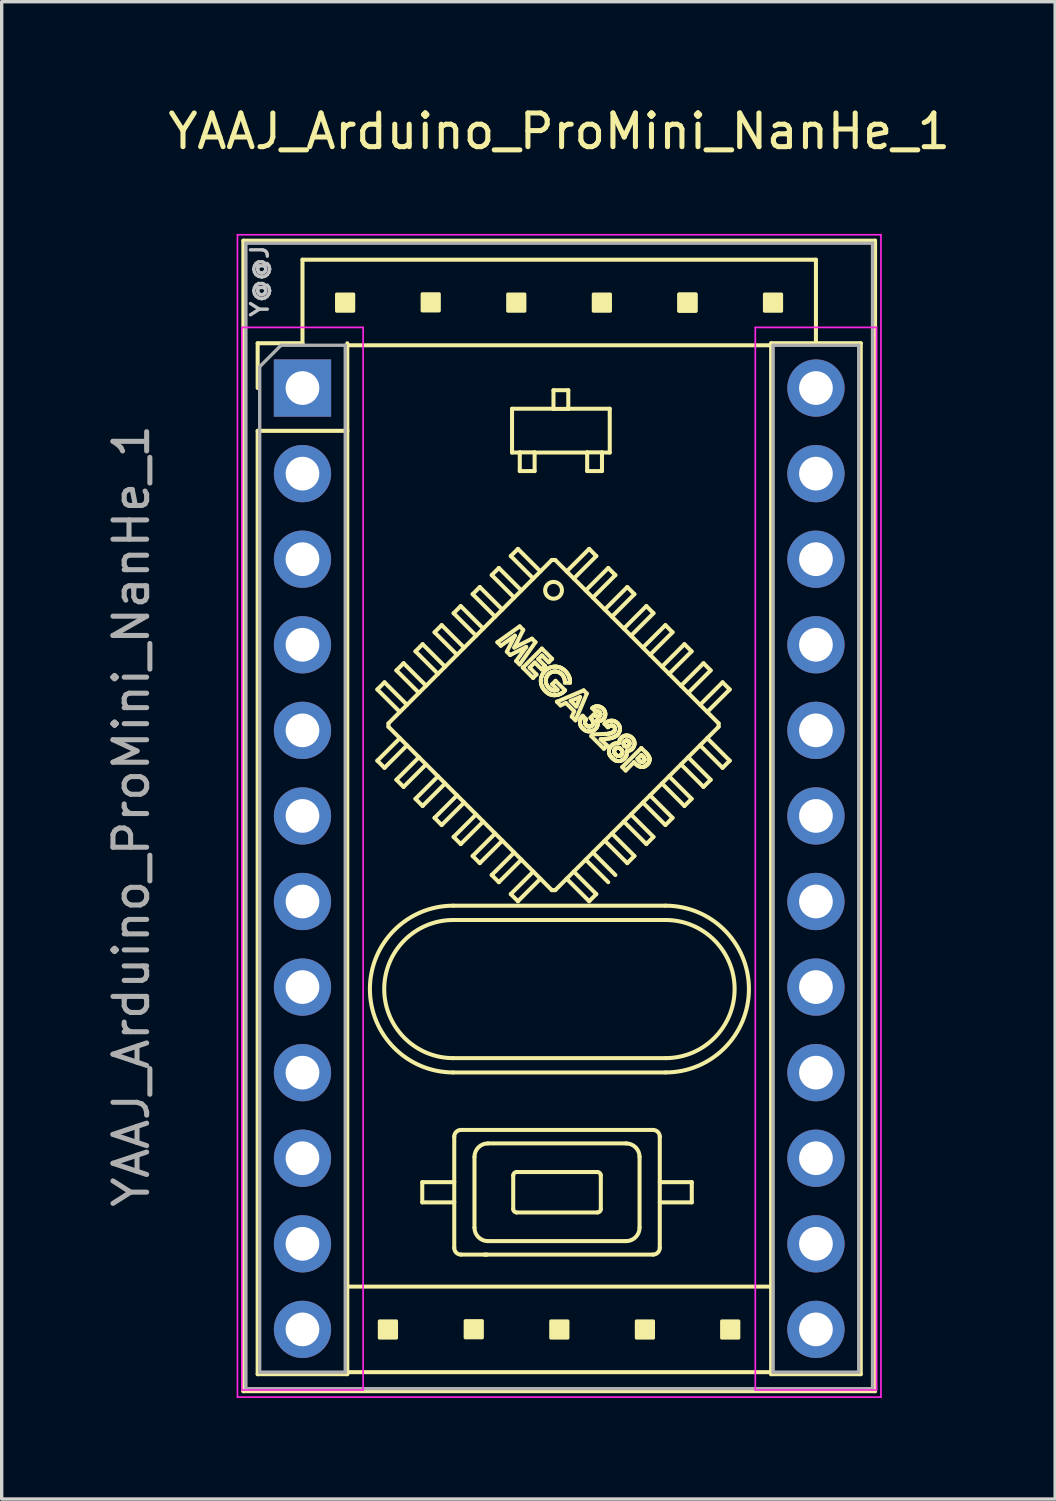
<source format=kicad_pcb>
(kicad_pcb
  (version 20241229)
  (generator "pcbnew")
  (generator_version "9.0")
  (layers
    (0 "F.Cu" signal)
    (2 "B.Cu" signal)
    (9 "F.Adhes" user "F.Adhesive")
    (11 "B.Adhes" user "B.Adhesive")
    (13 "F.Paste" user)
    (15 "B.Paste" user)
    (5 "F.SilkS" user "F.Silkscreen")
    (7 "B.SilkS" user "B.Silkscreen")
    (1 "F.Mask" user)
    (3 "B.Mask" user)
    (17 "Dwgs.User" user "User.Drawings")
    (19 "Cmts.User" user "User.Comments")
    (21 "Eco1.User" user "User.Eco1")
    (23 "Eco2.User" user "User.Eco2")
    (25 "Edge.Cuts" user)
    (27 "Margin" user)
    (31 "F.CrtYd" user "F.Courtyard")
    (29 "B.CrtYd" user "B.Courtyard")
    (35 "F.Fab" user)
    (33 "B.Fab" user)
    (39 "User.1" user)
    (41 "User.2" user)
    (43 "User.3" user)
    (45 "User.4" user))
  (footprint "YAAJ_Arduino_ProMini_NanHe_1"
    (layer "F.Cu")
    (at 5.928 8.468)
    (property "Reference" "YAAJ_Arduino_ProMini_NanHe_1" (at 7.62 -7.62 180) (layer "F.SilkS") (effects (font (size 1 1) (thickness 0.15))))
    (attr through_hole)
    (fp_line (start -1.755 -4.375) (end 16.995 -4.375) (stroke (width 0.12) (type solid)) (layer "F.SilkS"))
    (fp_line (start -1.755 29.775) (end -1.755 -4.375) (stroke (width 0.12) (type solid)) (layer "F.SilkS"))
    (fp_line (start -1.755 29.775) (end 16.995 29.775) (stroke (width 0.12) (type solid)) (layer "F.SilkS"))
    (fp_line (start -1.33 -1.33) (end 0 -1.33) (stroke (width 0.12) (type solid)) (layer "F.SilkS"))
    (fp_line (start -1.33 0) (end -1.33 -1.33) (stroke (width 0.12) (type solid)) (layer "F.SilkS"))
    (fp_line (start -1.33 1.27) (end -1.33 29.27) (stroke (width 0.12) (type solid)) (layer "F.SilkS"))
    (fp_line (start -1.33 1.27) (end 1.33 1.27) (stroke (width 0.12) (type solid)) (layer "F.SilkS"))
    (fp_line (start -1.33 29.27) (end 1.33 29.27) (stroke (width 0.12) (type solid)) (layer "F.SilkS"))
    (fp_line (start 0 -3.81) (end 0 -1.33) (stroke (width 0.12) (type solid)) (layer "F.SilkS"))
    (fp_line (start 0 -3.81) (end 15.24 -3.81) (stroke (width 0.12) (type solid)) (layer "F.SilkS"))
    (fp_line (start 1.33 1.27) (end 1.33 -1.33) (stroke (width 0.12) (type solid)) (layer "F.SilkS"))
    (fp_line (start 1.33 1.27) (end 1.33 29.27) (stroke (width 0.12) (type solid)) (layer "F.SilkS"))
    (fp_line (start 1.33 26.67) (end 13.91 26.67) (stroke (width 0.12) (type solid)) (layer "F.SilkS"))
    (fp_line (start 1.33 29.21) (end 13.91 29.21) (stroke (width 0.12) (type solid)) (layer "F.SilkS"))
    (fp_line (start 2.223 8.946) (end 2.435 8.734) (stroke (width 0.12) (type solid)) (layer "F.SilkS"))
    (fp_line (start 2.223 8.946) (end 2.891 9.614) (stroke (width 0.12) (type solid)) (layer "F.SilkS"))
    (fp_line (start 2.223 11.06) (end 2.435 11.272) (stroke (width 0.12) (type solid)) (layer "F.SilkS"))
    (fp_line (start 2.223 11.06) (end 2.891 10.392) (stroke (width 0.12) (type solid)) (layer "F.SilkS"))
    (fp_line (start 2.435 8.734) (end 3.103 9.402) (stroke (width 0.12) (type solid)) (layer "F.SilkS"))
    (fp_line (start 2.435 11.272) (end 3.103 10.604) (stroke (width 0.12) (type solid)) (layer "F.SilkS"))
    (fp_line (start 2.552 10.053) (end 2.552 9.953) (stroke (width 0.12) (type solid)) (layer "F.SilkS"))
    (fp_line (start 2.788 8.38) (end 3.001 8.168) (stroke (width 0.12) (type solid)) (layer "F.SilkS"))
    (fp_line (start 2.788 8.38) (end 3.457 9.049) (stroke (width 0.12) (type solid)) (layer "F.SilkS"))
    (fp_line (start 2.788 11.626) (end 3.001 11.838) (stroke (width 0.12) (type solid)) (layer "F.SilkS"))
    (fp_line (start 2.788 11.626) (end 3.457 10.958) (stroke (width 0.12) (type solid)) (layer "F.SilkS"))
    (fp_line (start 3.001 8.168) (end 3.669 8.836) (stroke (width 0.12) (type solid)) (layer "F.SilkS"))
    (fp_line (start 3.001 11.838) (end 3.669 11.17) (stroke (width 0.12) (type solid)) (layer "F.SilkS"))
    (fp_line (start 3.354 7.815) (end 3.566 7.603) (stroke (width 0.12) (type solid)) (layer "F.SilkS"))
    (fp_line (start 3.354 7.815) (end 4.022 8.483) (stroke (width 0.12) (type solid)) (layer "F.SilkS"))
    (fp_line (start 3.354 12.192) (end 3.566 12.404) (stroke (width 0.12) (type solid)) (layer "F.SilkS"))
    (fp_line (start 3.354 12.192) (end 4.022 11.523) (stroke (width 0.12) (type solid)) (layer "F.SilkS"))
    (fp_line (start 3.555 23.57) (end 4.505 23.57) (stroke (width 0.12) (type solid)) (layer "F.SilkS"))
    (fp_line (start 3.555 24.17) (end 3.555 23.57) (stroke (width 0.12) (type solid)) (layer "F.SilkS"))
    (fp_line (start 3.555 24.17) (end 4.505 24.17) (stroke (width 0.12) (type solid)) (layer "F.SilkS"))
    (fp_line (start 3.566 7.603) (end 4.234 8.271) (stroke (width 0.12) (type solid)) (layer "F.SilkS"))
    (fp_line (start 3.566 12.404) (end 4.234 11.736) (stroke (width 0.12) (type solid)) (layer "F.SilkS"))
    (fp_line (start 3.92 7.249) (end 4.132 7.037) (stroke (width 0.12) (type solid)) (layer "F.SilkS"))
    (fp_line (start 3.92 7.249) (end 4.588 7.917) (stroke (width 0.12) (type solid)) (layer "F.SilkS"))
    (fp_line (start 3.92 12.757) (end 4.132 12.97) (stroke (width 0.12) (type solid)) (layer "F.SilkS"))
    (fp_line (start 3.92 12.757) (end 4.588 12.089) (stroke (width 0.12) (type solid)) (layer "F.SilkS"))
    (fp_line (start 4.132 7.037) (end 4.8 7.705) (stroke (width 0.12) (type solid)) (layer "F.SilkS"))
    (fp_line (start 4.132 12.97) (end 4.8 12.301) (stroke (width 0.12) (type solid)) (layer "F.SilkS"))
    (fp_line (start 4.476 15.789) (end 10.776 15.789) (stroke (width 0.12) (type solid)) (layer "F.SilkS"))
    (fp_line (start 4.476 20.314) (end 10.776 20.314) (stroke (width 0.12) (type solid)) (layer "F.SilkS"))
    (fp_line (start 4.486 6.683) (end 4.698 6.471) (stroke (width 0.12) (type solid)) (layer "F.SilkS"))
    (fp_line (start 4.486 6.683) (end 5.154 7.352) (stroke (width 0.12) (type solid)) (layer "F.SilkS"))
    (fp_line (start 4.486 13.323) (end 4.698 13.535) (stroke (width 0.12) (type solid)) (layer "F.SilkS"))
    (fp_line (start 4.486 13.323) (end 5.154 12.655) (stroke (width 0.12) (type solid)) (layer "F.SilkS"))
    (fp_line (start 4.505 25.52) (end 4.505 22.22) (stroke (width 0.12) (type solid)) (layer "F.SilkS"))
    (fp_line (start 4.698 6.471) (end 5.366 7.139) (stroke (width 0.12) (type solid)) (layer "F.SilkS"))
    (fp_line (start 4.698 13.535) (end 5.366 12.867) (stroke (width 0.12) (type solid)) (layer "F.SilkS"))
    (fp_line (start 4.705 22.02) (end 10.405 22.02) (stroke (width 0.12) (type solid)) (layer "F.SilkS"))
    (fp_line (start 5.051 6.118) (end 5.263 5.906) (stroke (width 0.12) (type solid)) (layer "F.SilkS"))
    (fp_line (start 5.051 6.118) (end 5.719 6.786) (stroke (width 0.12) (type solid)) (layer "F.SilkS"))
    (fp_line (start 5.051 13.889) (end 5.263 14.101) (stroke (width 0.12) (type solid)) (layer "F.SilkS"))
    (fp_line (start 5.051 13.889) (end 5.719 13.221) (stroke (width 0.12) (type solid)) (layer "F.SilkS"))
    (fp_line (start 5.105 24.92) (end 5.105 22.82) (stroke (width 0.12) (type solid)) (layer "F.SilkS"))
    (fp_line (start 5.263 5.906) (end 5.932 6.574) (stroke (width 0.12) (type solid)) (layer "F.SilkS"))
    (fp_line (start 5.263 14.101) (end 5.932 13.433) (stroke (width 0.12) (type solid)) (layer "F.SilkS"))
    (fp_line (start 5.403 25.721) (end 5.423 25.721) (stroke (width 0.12) (type solid)) (layer "F.SilkS"))
    (fp_line (start 5.453 25.721) (end 5.48 25.721) (stroke (width 0.12) (type solid)) (layer "F.SilkS"))
    (fp_line (start 5.505 22.42) (end 9.605 22.42) (stroke (width 0.12) (type solid)) (layer "F.SilkS"))
    (fp_line (start 5.617 5.552) (end 5.829 5.34) (stroke (width 0.12) (type solid)) (layer "F.SilkS"))
    (fp_line (start 5.617 5.552) (end 6.285 6.22) (stroke (width 0.12) (type solid)) (layer "F.SilkS"))
    (fp_line (start 5.617 14.454) (end 5.829 14.667) (stroke (width 0.12) (type solid)) (layer "F.SilkS"))
    (fp_line (start 5.617 14.454) (end 6.285 13.786) (stroke (width 0.12) (type solid)) (layer "F.SilkS"))
    (fp_line (start 5.786 7.545) (end 6.447 7.074) (stroke (width 0.12) (type solid)) (layer "F.SilkS"))
    (fp_line (start 5.829 5.34) (end 6.497 6.008) (stroke (width 0.12) (type solid)) (layer "F.SilkS"))
    (fp_line (start 5.829 14.667) (end 6.497 13.998) (stroke (width 0.12) (type solid)) (layer "F.SilkS"))
    (fp_line (start 5.888 7.647) (end 5.786 7.545) (stroke (width 0.12) (type solid)) (layer "F.SilkS"))
    (fp_line (start 6.066 7.825) (end 6.306 7.35) (stroke (width 0.12) (type solid)) (layer "F.SilkS"))
    (fp_line (start 6.165 7.924) (end 6.066 7.825) (stroke (width 0.12) (type solid)) (layer "F.SilkS"))
    (fp_line (start 6.183 4.986) (end 6.395 4.774) (stroke (width 0.12) (type solid)) (layer "F.SilkS"))
    (fp_line (start 6.183 4.986) (end 6.851 5.654) (stroke (width 0.12) (type solid)) (layer "F.SilkS"))
    (fp_line (start 6.183 15.02) (end 6.395 15.232) (stroke (width 0.12) (type solid)) (layer "F.SilkS"))
    (fp_line (start 6.183 15.02) (end 6.851 14.352) (stroke (width 0.12) (type solid)) (layer "F.SilkS"))
    (fp_line (start 6.22 0.614) (end 7.45 0.614) (stroke (width 0.12) (type solid)) (layer "F.SilkS"))
    (fp_line (start 6.22 1.914) (end 6.22 0.614) (stroke (width 0.12) (type solid)) (layer "F.SilkS"))
    (fp_line (start 6.22 1.914) (end 6.45 1.914) (stroke (width 0.12) (type solid)) (layer "F.SilkS"))
    (fp_line (start 6.255 24.37) (end 6.255 23.37) (stroke (width 0.12) (type solid)) (layer "F.SilkS"))
    (fp_line (start 6.287 7.703) (end 6.811 7.439) (stroke (width 0.12) (type solid)) (layer "F.SilkS"))
    (fp_line (start 6.306 7.35) (end 5.888 7.647) (stroke (width 0.12) (type solid)) (layer "F.SilkS"))
    (fp_line (start 6.343 8.102) (end 6.64 7.684) (stroke (width 0.12) (type solid)) (layer "F.SilkS"))
    (fp_line (start 6.355 23.27) (end 8.755 23.27) (stroke (width 0.12) (type solid)) (layer "F.SilkS"))
    (fp_line (start 6.395 4.774) (end 7.063 5.442) (stroke (width 0.12) (type solid)) (layer "F.SilkS"))
    (fp_line (start 6.395 15.232) (end 7.063 14.564) (stroke (width 0.12) (type solid)) (layer "F.SilkS"))
    (fp_line (start 6.446 8.204) (end 6.343 8.102) (stroke (width 0.12) (type solid)) (layer "F.SilkS"))
    (fp_line (start 6.447 7.074) (end 6.552 7.18) (stroke (width 0.12) (type solid)) (layer "F.SilkS"))
    (fp_line (start 6.45 2.464) (end 6.45 1.909) (stroke (width 0.12) (type solid)) (layer "F.SilkS"))
    (fp_line (start 6.54 8.299) (end 7.106 7.733) (stroke (width 0.12) (type solid)) (layer "F.SilkS"))
    (fp_line (start 6.552 7.18) (end 6.287 7.703) (stroke (width 0.12) (type solid)) (layer "F.SilkS"))
    (fp_line (start 6.64 7.684) (end 6.165 7.924) (stroke (width 0.12) (type solid)) (layer "F.SilkS"))
    (fp_line (start 6.743 8.299) (end 6.946 8.502) (stroke (width 0.12) (type solid)) (layer "F.SilkS"))
    (fp_line (start 6.811 7.439) (end 6.916 7.543) (stroke (width 0.12) (type solid)) (layer "F.SilkS"))
    (fp_line (start 6.844 8.603) (end 6.54 8.299) (stroke (width 0.12) (type solid)) (layer "F.SilkS"))
    (fp_line (start 6.89 1.909) (end 6.45 1.909) (stroke (width 0.12) (type solid)) (layer "F.SilkS"))
    (fp_line (start 6.89 1.914) (end 8.45 1.914) (stroke (width 0.12) (type solid)) (layer "F.SilkS"))
    (fp_line (start 6.89 2.464) (end 6.45 2.464) (stroke (width 0.12) (type solid)) (layer "F.SilkS"))
    (fp_line (start 6.89 2.464) (end 6.89 1.909) (stroke (width 0.12) (type solid)) (layer "F.SilkS"))
    (fp_line (start 6.895 8.146) (end 6.743 8.299) (stroke (width 0.12) (type solid)) (layer "F.SilkS"))
    (fp_line (start 6.916 7.543) (end 6.446 8.204) (stroke (width 0.12) (type solid)) (layer "F.SilkS"))
    (fp_line (start 6.946 8.502) (end 6.844 8.603) (stroke (width 0.12) (type solid)) (layer "F.SilkS"))
    (fp_line (start 6.997 8.045) (end 7.2 8.248) (stroke (width 0.12) (type solid)) (layer "F.SilkS"))
    (fp_line (start 7.098 8.35) (end 6.895 8.146) (stroke (width 0.12) (type solid)) (layer "F.SilkS"))
    (fp_line (start 7.106 7.733) (end 7.41 8.038) (stroke (width 0.12) (type solid)) (layer "F.SilkS"))
    (fp_line (start 7.106 7.936) (end 6.997 8.045) (stroke (width 0.12) (type solid)) (layer "F.SilkS"))
    (fp_line (start 7.2 8.248) (end 7.098 8.35) (stroke (width 0.12) (type solid)) (layer "F.SilkS"))
    (fp_line (start 7.309 8.139) (end 7.106 7.936) (stroke (width 0.12) (type solid)) (layer "F.SilkS"))
    (fp_line (start 7.402 5.103) (end 2.552 9.953) (stroke (width 0.12) (type solid)) (layer "F.SilkS"))
    (fp_line (start 7.402 14.903) (end 2.552 10.053) (stroke (width 0.12) (type solid)) (layer "F.SilkS"))
    (fp_line (start 7.402 14.903) (end 7.502 14.903) (stroke (width 0.12) (type solid)) (layer "F.SilkS"))
    (fp_line (start 7.41 8.038) (end 7.309 8.139) (stroke (width 0.12) (type solid)) (layer "F.SilkS"))
    (fp_line (start 7.41 8.792) (end 7.512 8.69) (stroke (width 0.12) (type solid)) (layer "F.SilkS"))
    (fp_line (start 7.45 0.619) (end 7.45 0.064) (stroke (width 0.12) (type solid)) (layer "F.SilkS"))
    (fp_line (start 7.502 5.103) (end 7.402 5.103) (stroke (width 0.12) (type solid)) (layer "F.SilkS"))
    (fp_line (start 7.512 8.69) (end 7.794 8.972) (stroke (width 0.12) (type solid)) (layer "F.SilkS"))
    (fp_line (start 7.552 9.31) (end 8.346 8.973) (stroke (width 0.12) (type solid)) (layer "F.SilkS"))
    (fp_line (start 7.572 8.954) (end 7.41 8.792) (stroke (width 0.12) (type solid)) (layer "F.SilkS"))
    (fp_line (start 7.66 9.419) (end 7.552 9.31) (stroke (width 0.12) (type solid)) (layer "F.SilkS"))
    (fp_line (start 7.794 8.972) (end 7.77 8.997) (stroke (width 0.12) (type solid)) (layer "F.SilkS"))
    (fp_line (start 7.82 9.347) (end 7.66 9.419) (stroke (width 0.12) (type solid)) (layer "F.SilkS"))
    (fp_line (start 7.89 0.064) (end 7.45 0.064) (stroke (width 0.12) (type solid)) (layer "F.SilkS"))
    (fp_line (start 7.89 0.614) (end 9.12 0.614) (stroke (width 0.12) (type solid)) (layer "F.SilkS"))
    (fp_line (start 7.89 0.619) (end 7.45 0.619) (stroke (width 0.12) (type solid)) (layer "F.SilkS"))
    (fp_line (start 7.89 0.619) (end 7.89 0.064) (stroke (width 0.12) (type solid)) (layer "F.SilkS"))
    (fp_line (start 7.94 8.748) (end 7.79 8.744) (stroke (width 0.12) (type solid)) (layer "F.SilkS"))
    (fp_line (start 7.96 9.284) (end 8.129 9.453) (stroke (width 0.12) (type solid)) (layer "F.SilkS"))
    (fp_line (start 7.994 9.753) (end 8.066 9.593) (stroke (width 0.12) (type solid)) (layer "F.SilkS"))
    (fp_line (start 8.066 9.593) (end 7.82 9.347) (stroke (width 0.12) (type solid)) (layer "F.SilkS"))
    (fp_line (start 8.103 9.862) (end 7.994 9.753) (stroke (width 0.12) (type solid)) (layer "F.SilkS"))
    (fp_line (start 8.129 9.453) (end 8.241 9.172) (stroke (width 0.12) (type solid)) (layer "F.SilkS"))
    (fp_line (start 8.241 9.172) (end 7.96 9.284) (stroke (width 0.12) (type solid)) (layer "F.SilkS"))
    (fp_line (start 8.317 9.727) (end 8.418 9.829) (stroke (width 0.12) (type solid)) (layer "F.SilkS"))
    (fp_line (start 8.346 8.973) (end 8.44 9.068) (stroke (width 0.12) (type solid)) (layer "F.SilkS"))
    (fp_line (start 8.44 9.068) (end 8.103 9.862) (stroke (width 0.12) (type solid)) (layer "F.SilkS"))
    (fp_line (start 8.45 2.464) (end 8.45 1.909) (stroke (width 0.12) (type solid)) (layer "F.SilkS"))
    (fp_line (start 8.509 4.774) (end 7.841 5.442) (stroke (width 0.12) (type solid)) (layer "F.SilkS"))
    (fp_line (start 8.509 4.774) (end 8.721 4.986) (stroke (width 0.12) (type solid)) (layer "F.SilkS"))
    (fp_line (start 8.509 15.232) (end 7.841 14.564) (stroke (width 0.12) (type solid)) (layer "F.SilkS"))
    (fp_line (start 8.509 15.232) (end 8.721 15.02) (stroke (width 0.12) (type solid)) (layer "F.SilkS"))
    (fp_line (start 8.549 9.785) (end 8.643 9.691) (stroke (width 0.12) (type solid)) (layer "F.SilkS"))
    (fp_line (start 8.57 10.329) (end 8.622 10.278) (stroke (width 0.12) (type solid)) (layer "F.SilkS"))
    (fp_line (start 8.622 10.278) (end 8.968 10.267) (stroke (width 0.12) (type solid)) (layer "F.SilkS"))
    (fp_line (start 8.701 9.604) (end 8.599 9.503) (stroke (width 0.12) (type solid)) (layer "F.SilkS"))
    (fp_line (start 8.721 4.986) (end 8.053 5.654) (stroke (width 0.12) (type solid)) (layer "F.SilkS"))
    (fp_line (start 8.721 15.02) (end 8.053 14.352) (stroke (width 0.12) (type solid)) (layer "F.SilkS"))
    (fp_line (start 8.755 24.47) (end 6.355 24.47) (stroke (width 0.12) (type solid)) (layer "F.SilkS"))
    (fp_line (start 8.852 10.422) (end 9.042 10.612) (stroke (width 0.12) (type solid)) (layer "F.SilkS"))
    (fp_line (start 8.855 23.37) (end 8.855 24.37) (stroke (width 0.12) (type solid)) (layer "F.SilkS"))
    (fp_line (start 8.89 1.909) (end 8.45 1.909) (stroke (width 0.12) (type solid)) (layer "F.SilkS"))
    (fp_line (start 8.89 1.914) (end 9.12 1.914) (stroke (width 0.12) (type solid)) (layer "F.SilkS"))
    (fp_line (start 8.89 2.464) (end 8.45 2.464) (stroke (width 0.12) (type solid)) (layer "F.SilkS"))
    (fp_line (start 8.89 2.464) (end 8.89 1.909) (stroke (width 0.12) (type solid)) (layer "F.SilkS"))
    (fp_line (start 8.948 10.707) (end 8.57 10.329) (stroke (width 0.12) (type solid)) (layer "F.SilkS"))
    (fp_line (start 8.978 10.413) (end 8.852 10.422) (stroke (width 0.12) (type solid)) (layer "F.SilkS"))
    (fp_line (start 9.042 10.612) (end 8.948 10.707) (stroke (width 0.12) (type solid)) (layer "F.SilkS"))
    (fp_line (start 9.064 10.068) (end 8.962 9.967) (stroke (width 0.12) (type solid)) (layer "F.SilkS"))
    (fp_line (start 9.075 5.34) (end 8.406 6.008) (stroke (width 0.12) (type solid)) (layer "F.SilkS"))
    (fp_line (start 9.075 5.34) (end 9.287 5.552) (stroke (width 0.12) (type solid)) (layer "F.SilkS"))
    (fp_line (start 9.075 14.667) (end 8.406 13.998) (stroke (width 0.12) (type solid)) (layer "F.SilkS"))
    (fp_line (start 9.12 1.914) (end 9.12 0.614) (stroke (width 0.12) (type solid)) (layer "F.SilkS"))
    (fp_line (start 9.287 5.552) (end 8.619 6.22) (stroke (width 0.12) (type solid)) (layer "F.SilkS"))
    (fp_line (start 9.287 14.454) (end 8.619 13.786) (stroke (width 0.12) (type solid)) (layer "F.SilkS"))
    (fp_line (start 9.492 11.25) (end 10.057 10.685) (stroke (width 0.12) (type solid)) (layer "F.SilkS"))
    (fp_line (start 9.593 11.352) (end 9.492 11.25) (stroke (width 0.12) (type solid)) (layer "F.SilkS"))
    (fp_line (start 9.605 25.32) (end 5.505 25.32) (stroke (width 0.12) (type solid)) (layer "F.SilkS"))
    (fp_line (start 9.64 5.906) (end 8.972 6.574) (stroke (width 0.12) (type solid)) (layer "F.SilkS"))
    (fp_line (start 9.64 5.906) (end 9.852 6.118) (stroke (width 0.12) (type solid)) (layer "F.SilkS"))
    (fp_line (start 9.64 14.101) (end 8.972 13.433) (stroke (width 0.12) (type solid)) (layer "F.SilkS"))
    (fp_line (start 9.64 14.101) (end 9.852 13.889) (stroke (width 0.12) (type solid)) (layer "F.SilkS"))
    (fp_line (start 9.84 11.105) (end 9.593 11.352) (stroke (width 0.12) (type solid)) (layer "F.SilkS"))
    (fp_line (start 9.852 6.118) (end 9.184 6.786) (stroke (width 0.12) (type solid)) (layer "F.SilkS"))
    (fp_line (start 9.852 13.889) (end 9.184 13.221) (stroke (width 0.12) (type solid)) (layer "F.SilkS"))
    (fp_line (start 9.941 11.004) (end 9.977 11.04) (stroke (width 0.12) (type solid)) (layer "F.SilkS"))
    (fp_line (start 10.005 22.82) (end 10.005 24.92) (stroke (width 0.12) (type solid)) (layer "F.SilkS"))
    (fp_line (start 10.057 10.685) (end 10.171 10.798) (stroke (width 0.12) (type solid)) (layer "F.SilkS"))
    (fp_line (start 10.057 10.888) (end 9.941 11.004) (stroke (width 0.12) (type solid)) (layer "F.SilkS"))
    (fp_line (start 10.089 10.92) (end 10.057 10.888) (stroke (width 0.12) (type solid)) (layer "F.SilkS"))
    (fp_line (start 10.206 6.471) (end 9.538 7.139) (stroke (width 0.12) (type solid)) (layer "F.SilkS"))
    (fp_line (start 10.206 6.471) (end 10.418 6.683) (stroke (width 0.12) (type solid)) (layer "F.SilkS"))
    (fp_line (start 10.206 13.535) (end 9.538 12.867) (stroke (width 0.12) (type solid)) (layer "F.SilkS"))
    (fp_line (start 10.206 13.535) (end 10.418 13.323) (stroke (width 0.12) (type solid)) (layer "F.SilkS"))
    (fp_line (start 10.405 25.72) (end 4.705 25.72) (stroke (width 0.12) (type solid)) (layer "F.SilkS"))
    (fp_line (start 10.418 6.683) (end 9.75 7.352) (stroke (width 0.12) (type solid)) (layer "F.SilkS"))
    (fp_line (start 10.418 13.323) (end 9.75 12.655) (stroke (width 0.12) (type solid)) (layer "F.SilkS"))
    (fp_line (start 10.605 22.22) (end 10.605 25.52) (stroke (width 0.12) (type solid)) (layer "F.SilkS"))
    (fp_line (start 10.772 7.037) (end 10.103 7.705) (stroke (width 0.12) (type solid)) (layer "F.SilkS"))
    (fp_line (start 10.772 7.037) (end 10.984 7.249) (stroke (width 0.12) (type solid)) (layer "F.SilkS"))
    (fp_line (start 10.772 12.97) (end 10.103 12.301) (stroke (width 0.12) (type solid)) (layer "F.SilkS"))
    (fp_line (start 10.772 12.97) (end 10.984 12.757) (stroke (width 0.12) (type solid)) (layer "F.SilkS"))
    (fp_line (start 10.776 15.364) (end 4.476 15.364) (stroke (width 0.12) (type solid)) (layer "F.SilkS"))
    (fp_line (start 10.776 19.889) (end 4.476 19.889) (stroke (width 0.12) (type solid)) (layer "F.SilkS"))
    (fp_line (start 10.984 7.249) (end 10.316 7.917) (stroke (width 0.12) (type solid)) (layer "F.SilkS"))
    (fp_line (start 10.984 12.757) (end 10.316 12.089) (stroke (width 0.12) (type solid)) (layer "F.SilkS"))
    (fp_line (start 11.337 7.603) (end 10.669 8.271) (stroke (width 0.12) (type solid)) (layer "F.SilkS"))
    (fp_line (start 11.337 7.603) (end 11.55 7.815) (stroke (width 0.12) (type solid)) (layer "F.SilkS"))
    (fp_line (start 11.337 12.404) (end 10.669 11.736) (stroke (width 0.12) (type solid)) (layer "F.SilkS"))
    (fp_line (start 11.337 12.404) (end 11.55 12.192) (stroke (width 0.12) (type solid)) (layer "F.SilkS"))
    (fp_line (start 11.55 7.815) (end 10.881 8.483) (stroke (width 0.12) (type solid)) (layer "F.SilkS"))
    (fp_line (start 11.55 12.192) (end 10.881 11.523) (stroke (width 0.12) (type solid)) (layer "F.SilkS"))
    (fp_line (start 11.555 23.57) (end 10.605 23.57) (stroke (width 0.12) (type solid)) (layer "F.SilkS"))
    (fp_line (start 11.555 24.17) (end 10.605 24.17) (stroke (width 0.12) (type solid)) (layer "F.SilkS"))
    (fp_line (start 11.555 24.17) (end 11.555 23.57) (stroke (width 0.12) (type solid)) (layer "F.SilkS"))
    (fp_line (start 11.903 8.168) (end 11.235 8.836) (stroke (width 0.12) (type solid)) (layer "F.SilkS"))
    (fp_line (start 11.903 8.168) (end 12.115 8.38) (stroke (width 0.12) (type solid)) (layer "F.SilkS"))
    (fp_line (start 11.903 11.838) (end 11.235 11.17) (stroke (width 0.12) (type solid)) (layer "F.SilkS"))
    (fp_line (start 11.903 11.838) (end 12.115 11.626) (stroke (width 0.12) (type solid)) (layer "F.SilkS"))
    (fp_line (start 12.115 8.38) (end 11.447 9.049) (stroke (width 0.12) (type solid)) (layer "F.SilkS"))
    (fp_line (start 12.115 11.626) (end 11.447 10.958) (stroke (width 0.12) (type solid)) (layer "F.SilkS"))
    (fp_line (start 12.352 9.953) (end 7.502 5.103) (stroke (width 0.12) (type solid)) (layer "F.SilkS"))
    (fp_line (start 12.352 9.953) (end 12.352 10.053) (stroke (width 0.12) (type solid)) (layer "F.SilkS"))
    (fp_line (start 12.352 10.053) (end 7.502 14.903) (stroke (width 0.12) (type solid)) (layer "F.SilkS"))
    (fp_line (start 12.469 8.734) (end 11.801 9.402) (stroke (width 0.12) (type solid)) (layer "F.SilkS"))
    (fp_line (start 12.469 8.734) (end 12.681 8.946) (stroke (width 0.12) (type solid)) (layer "F.SilkS"))
    (fp_line (start 12.469 11.272) (end 11.801 10.604) (stroke (width 0.12) (type solid)) (layer "F.SilkS"))
    (fp_line (start 12.469 11.272) (end 12.681 11.06) (stroke (width 0.12) (type solid)) (layer "F.SilkS"))
    (fp_line (start 12.681 8.946) (end 12.013 9.614) (stroke (width 0.12) (type solid)) (layer "F.SilkS"))
    (fp_line (start 12.681 11.06) (end 12.013 10.392) (stroke (width 0.12) (type solid)) (layer "F.SilkS"))
    (fp_line (start 13.91 -1.33) (end 13.91 29.27) (stroke (width 0.12) (type solid)) (layer "F.SilkS"))
    (fp_line (start 13.91 -1.33) (end 16.57 -1.33) (stroke (width 0.12) (type solid)) (layer "F.SilkS"))
    (fp_line (start 13.91 -1.27) (end 1.33 -1.27) (stroke (width 0.12) (type solid)) (layer "F.SilkS"))
    (fp_line (start 13.91 29.27) (end 16.57 29.27) (stroke (width 0.12) (type solid)) (layer "F.SilkS"))
    (fp_line (start 15.24 -3.81) (end 15.24 -1.33) (stroke (width 0.12) (type solid)) (layer "F.SilkS"))
    (fp_line (start 16.57 -1.33) (end 16.57 29.27) (stroke (width 0.12) (type solid)) (layer "F.SilkS"))
    (fp_line (start 16.995 -4.375) (end 16.995 29.775) (stroke (width 0.12) (type solid)) (layer "F.SilkS"))
    (fp_arc (start 4.476325 19.888864) (mid 2.426325 17.838864) (end 4.476325 15.788864) (stroke (width 0.12) (type solid)) (layer "F.SilkS"))
    (fp_arc (start 4.476325 20.313864) (mid 2.001325 17.838864) (end 4.476325 15.363864) (stroke (width 0.12) (type solid)) (layer "F.SilkS"))
    (fp_arc (start 4.504883 22.219978) (mid 4.563462 22.078557) (end 4.704883 22.019978) (stroke (width 0.12) (type solid)) (layer "F.SilkS"))
    (fp_arc (start 4.704883 25.719978) (mid 4.563462 25.661399) (end 4.504883 25.519978) (stroke (width 0.12) (type solid)) (layer "F.SilkS"))
    (fp_arc (start 5.104883 22.819978) (mid 5.22204 22.537135) (end 5.504883 22.419978) (stroke (width 0.12) (type solid)) (layer "F.SilkS"))
    (fp_arc (start 5.504883 25.319978) (mid 5.22204 25.202821) (end 5.104883 24.919978) (stroke (width 0.12) (type solid)) (layer "F.SilkS"))
    (fp_arc (start 6.254883 23.369978) (mid 6.284172 23.299267) (end 6.354883 23.269978) (stroke (width 0.12) (type solid)) (layer "F.SilkS"))
    (fp_arc (start 6.354883 24.469978) (mid 6.284172 24.440689) (end 6.254883 24.369978) (stroke (width 0.12) (type solid)) (layer "F.SilkS"))
    (fp_arc (start 8.754883 23.269978) (mid 8.825594 23.299267) (end 8.854883 23.369978) (stroke (width 0.12) (type solid)) (layer "F.SilkS"))
    (fp_arc (start 8.854883 24.369978) (mid 8.825594 24.440689) (end 8.754883 24.469978) (stroke (width 0.12) (type solid)) (layer "F.SilkS"))
    (fp_arc (start 9.604883 22.419978) (mid 9.887726 22.537135) (end 10.004883 22.819978) (stroke (width 0.12) (type solid)) (layer "F.SilkS"))
    (fp_arc (start 10.004883 24.919978) (mid 9.887726 25.202821) (end 9.604883 25.319978) (stroke (width 0.12) (type solid)) (layer "F.SilkS"))
    (fp_arc (start 10.404883 22.019978) (mid 10.546304 22.078557) (end 10.604883 22.219978) (stroke (width 0.12) (type solid)) (layer "F.SilkS"))
    (fp_arc (start 10.604883 25.519978) (mid 10.546304 25.661399) (end 10.404883 25.719978) (stroke (width 0.12) (type solid)) (layer "F.SilkS"))
    (fp_arc (start 10.776325 15.363864) (mid 13.251325 17.838864) (end 10.776325 20.313864) (stroke (width 0.12) (type solid)) (layer "F.SilkS"))
    (fp_arc (start 10.776325 15.788864) (mid 12.826325 17.838864) (end 10.776325 19.888864) (stroke (width 0.12) (type solid)) (layer "F.SilkS"))
    (fp_circle (center 7.452 6.003) (end 7.702 6.003) (stroke (width 0.12) (type solid)) (fill no) (layer "F.SilkS"))
    (fp_poly (pts (xy 1.516 -2.286) (xy 1.016 -2.286) (xy 1.016 -2.786) (xy 1.516 -2.786)) (stroke (width 0.1) (type solid)) (fill yes) (layer "F.SilkS"))
    (fp_poly (pts (xy 2.786 28.194) (xy 2.286 28.194) (xy 2.286 27.694) (xy 2.786 27.694)) (stroke (width 0.1) (type solid)) (fill yes) (layer "F.SilkS"))
    (fp_poly (pts (xy 4.056 -2.294) (xy 3.556 -2.294) (xy 3.556 -2.794) (xy 4.056 -2.794)) (stroke (width 0.1) (type solid)) (fill yes) (layer "F.SilkS"))
    (fp_poly (pts (xy 5.334 28.186) (xy 4.834 28.186) (xy 4.834 27.686) (xy 5.334 27.686)) (stroke (width 0.1) (type solid)) (fill yes) (layer "F.SilkS"))
    (fp_poly (pts (xy 6.596 -2.286) (xy 6.096 -2.286) (xy 6.096 -2.786) (xy 6.596 -2.786)) (stroke (width 0.1) (type solid)) (fill yes) (layer "F.SilkS"))
    (fp_poly (pts (xy 7.874 28.194) (xy 7.374 28.194) (xy 7.374 27.694) (xy 7.874 27.694)) (stroke (width 0.1) (type solid)) (fill yes) (layer "F.SilkS"))
    (fp_poly (pts (xy 9.136 -2.286) (xy 8.636 -2.286) (xy 8.636 -2.786) (xy 9.136 -2.786)) (stroke (width 0.1) (type solid)) (fill yes) (layer "F.SilkS"))
    (fp_poly (pts (xy 10.414 28.194) (xy 9.914 28.194) (xy 9.914 27.694) (xy 10.414 27.694)) (stroke (width 0.1) (type solid)) (fill yes) (layer "F.SilkS"))
    (fp_poly (pts (xy 11.676 -2.286) (xy 11.176 -2.286) (xy 11.176 -2.786) (xy 11.676 -2.786)) (stroke (width 0.1) (type solid)) (fill yes) (layer "F.SilkS"))
    (fp_poly (pts (xy 11.676 -2.286) (xy 11.176 -2.286) (xy 11.176 -2.786) (xy 11.676 -2.786)) (stroke (width 0.1) (type solid)) (fill yes) (layer "F.SilkS"))
    (fp_poly (pts (xy 12.946 28.194) (xy 12.446 28.194) (xy 12.446 27.694) (xy 12.946 27.694)) (stroke (width 0.1) (type solid)) (fill yes) (layer "F.SilkS"))
    (fp_poly (pts (xy 14.216 -2.286) (xy 13.716 -2.286) (xy 13.716 -2.786) (xy 14.216 -2.786)) (stroke (width 0.1) (type solid)) (fill yes) (layer "F.SilkS"))
    (fp_curve (pts (xy 7.075 8.693) (xy 7.075 8.684) (xy 7.075 8.675) (xy 7.076 8.666)) (stroke (width 0.12) (type solid)) (layer "F.SilkS"))
    (fp_curve (pts (xy 7.076 8.666) (xy 7.076 8.657) (xy 7.077 8.647) (xy 7.078 8.638)) (stroke (width 0.12) (type solid)) (layer "F.SilkS"))
    (fp_curve (pts (xy 7.076 8.72) (xy 7.075 8.711) (xy 7.075 8.702) (xy 7.075 8.693)) (stroke (width 0.12) (type solid)) (layer "F.SilkS"))
    (fp_curve (pts (xy 7.078 8.638) (xy 7.08 8.629) (xy 7.081 8.62) (xy 7.083 8.611)) (stroke (width 0.12) (type solid)) (layer "F.SilkS"))
    (fp_curve (pts (xy 7.079 8.747) (xy 7.077 8.739) (xy 7.076 8.729) (xy 7.076 8.72)) (stroke (width 0.12) (type solid)) (layer "F.SilkS"))
    (fp_curve (pts (xy 7.083 8.611) (xy 7.085 8.602) (xy 7.087 8.592) (xy 7.09 8.583)) (stroke (width 0.12) (type solid)) (layer "F.SilkS"))
    (fp_curve (pts (xy 7.083 8.774) (xy 7.081 8.766) (xy 7.08 8.757) (xy 7.079 8.747)) (stroke (width 0.12) (type solid)) (layer "F.SilkS"))
    (fp_curve (pts (xy 7.09 8.583) (xy 7.093 8.574) (xy 7.095 8.565) (xy 7.098 8.556)) (stroke (width 0.12) (type solid)) (layer "F.SilkS"))
    (fp_curve (pts (xy 7.09 8.801) (xy 7.087 8.792) (xy 7.085 8.783) (xy 7.083 8.774)) (stroke (width 0.12) (type solid)) (layer "F.SilkS"))
    (fp_curve (pts (xy 7.098 8.556) (xy 7.102 8.547) (xy 7.105 8.538) (xy 7.109 8.529)) (stroke (width 0.12) (type solid)) (layer "F.SilkS"))
    (fp_curve (pts (xy 7.099 8.828) (xy 7.095 8.819) (xy 7.093 8.81) (xy 7.09 8.801)) (stroke (width 0.12) (type solid)) (layer "F.SilkS"))
    (fp_curve (pts (xy 7.109 8.529) (xy 7.112 8.521) (xy 7.116 8.512) (xy 7.12 8.504)) (stroke (width 0.12) (type solid)) (layer "F.SilkS"))
    (fp_curve (pts (xy 7.109 8.854) (xy 7.105 8.845) (xy 7.102 8.837) (xy 7.099 8.828)) (stroke (width 0.12) (type solid)) (layer "F.SilkS"))
    (fp_curve (pts (xy 7.12 8.504) (xy 7.124 8.496) (xy 7.129 8.487) (xy 7.134 8.479)) (stroke (width 0.12) (type solid)) (layer "F.SilkS"))
    (fp_curve (pts (xy 7.121 8.879) (xy 7.117 8.871) (xy 7.113 8.862) (xy 7.109 8.854)) (stroke (width 0.12) (type solid)) (layer "F.SilkS"))
    (fp_curve (pts (xy 7.134 8.479) (xy 7.138 8.471) (xy 7.143 8.463) (xy 7.148 8.456)) (stroke (width 0.12) (type solid)) (layer "F.SilkS"))
    (fp_curve (pts (xy 7.135 8.904) (xy 7.13 8.896) (xy 7.125 8.887) (xy 7.121 8.879)) (stroke (width 0.12) (type solid)) (layer "F.SilkS"))
    (fp_curve (pts (xy 7.148 8.456) (xy 7.154 8.448) (xy 7.159 8.44) (xy 7.165 8.433)) (stroke (width 0.12) (type solid)) (layer "F.SilkS"))
    (fp_curve (pts (xy 7.151 8.928) (xy 7.145 8.92) (xy 7.14 8.912) (xy 7.135 8.904)) (stroke (width 0.12) (type solid)) (layer "F.SilkS"))
    (fp_curve (pts (xy 7.165 8.433) (xy 7.171 8.425) (xy 7.177 8.418) (xy 7.183 8.411)) (stroke (width 0.12) (type solid)) (layer "F.SilkS"))
    (fp_curve (pts (xy 7.168 8.951) (xy 7.162 8.944) (xy 7.156 8.936) (xy 7.151 8.928)) (stroke (width 0.12) (type solid)) (layer "F.SilkS"))
    (fp_curve (pts (xy 7.183 8.411) (xy 7.189 8.404) (xy 7.196 8.397) (xy 7.203 8.39)) (stroke (width 0.12) (type solid)) (layer "F.SilkS"))
    (fp_curve (pts (xy 7.188 8.974) (xy 7.181 8.967) (xy 7.174 8.959) (xy 7.168 8.951)) (stroke (width 0.12) (type solid)) (layer "F.SilkS"))
    (fp_curve (pts (xy 7.203 8.39) (xy 7.212 8.381) (xy 7.221 8.372) (xy 7.231 8.364)) (stroke (width 0.12) (type solid)) (layer "F.SilkS"))
    (fp_curve (pts (xy 7.209 8.997) (xy 7.202 8.989) (xy 7.194 8.982) (xy 7.188 8.974)) (stroke (width 0.12) (type solid)) (layer "F.SilkS"))
    (fp_curve (pts (xy 7.223 8.692) (xy 7.223 8.702) (xy 7.224 8.712) (xy 7.225 8.721)) (stroke (width 0.12) (type solid)) (layer "F.SilkS"))
    (fp_curve (pts (xy 7.224 8.663) (xy 7.223 8.673) (xy 7.223 8.683) (xy 7.223 8.692)) (stroke (width 0.12) (type solid)) (layer "F.SilkS"))
    (fp_curve (pts (xy 7.225 8.721) (xy 7.226 8.73) (xy 7.227 8.74) (xy 7.229 8.749)) (stroke (width 0.12) (type solid)) (layer "F.SilkS"))
    (fp_curve (pts (xy 7.227 8.636) (xy 7.226 8.645) (xy 7.225 8.654) (xy 7.224 8.663)) (stroke (width 0.12) (type solid)) (layer "F.SilkS"))
    (fp_curve (pts (xy 7.229 8.749) (xy 7.231 8.758) (xy 7.233 8.767) (xy 7.236 8.776)) (stroke (width 0.12) (type solid)) (layer "F.SilkS"))
    (fp_curve (pts (xy 7.229 9.016) (xy 7.222 9.01) (xy 7.215 9.003) (xy 7.209 8.997)) (stroke (width 0.12) (type solid)) (layer "F.SilkS"))
    (fp_curve (pts (xy 7.231 8.364) (xy 7.241 8.355) (xy 7.251 8.348) (xy 7.262 8.34)) (stroke (width 0.12) (type solid)) (layer "F.SilkS"))
    (fp_curve (pts (xy 7.233 8.609) (xy 7.231 8.618) (xy 7.229 8.627) (xy 7.227 8.636)) (stroke (width 0.12) (type solid)) (layer "F.SilkS"))
    (fp_curve (pts (xy 7.236 8.776) (xy 7.239 8.785) (xy 7.242 8.794) (xy 7.246 8.802)) (stroke (width 0.12) (type solid)) (layer "F.SilkS"))
    (fp_curve (pts (xy 7.242 8.583) (xy 7.239 8.592) (xy 7.236 8.6) (xy 7.233 8.609)) (stroke (width 0.12) (type solid)) (layer "F.SilkS"))
    (fp_curve (pts (xy 7.246 8.802) (xy 7.25 8.811) (xy 7.254 8.819) (xy 7.259 8.827)) (stroke (width 0.12) (type solid)) (layer "F.SilkS"))
    (fp_curve (pts (xy 7.251 9.034) (xy 7.243 9.028) (xy 7.236 9.022) (xy 7.229 9.016)) (stroke (width 0.12) (type solid)) (layer "F.SilkS"))
    (fp_curve (pts (xy 7.254 8.559) (xy 7.25 8.567) (xy 7.246 8.575) (xy 7.242 8.583)) (stroke (width 0.12) (type solid)) (layer "F.SilkS"))
    (fp_curve (pts (xy 7.259 8.827) (xy 7.263 8.836) (xy 7.268 8.844) (xy 7.274 8.851)) (stroke (width 0.12) (type solid)) (layer "F.SilkS"))
    (fp_curve (pts (xy 7.262 8.34) (xy 7.272 8.333) (xy 7.282 8.327) (xy 7.293 8.32)) (stroke (width 0.12) (type solid)) (layer "F.SilkS"))
    (fp_curve (pts (xy 7.268 8.535) (xy 7.263 8.543) (xy 7.258 8.551) (xy 7.254 8.559)) (stroke (width 0.12) (type solid)) (layer "F.SilkS"))
    (fp_curve (pts (xy 7.272 9.05) (xy 7.265 9.045) (xy 7.258 9.04) (xy 7.251 9.034)) (stroke (width 0.12) (type solid)) (layer "F.SilkS"))
    (fp_curve (pts (xy 7.274 8.851) (xy 7.279 8.859) (xy 7.285 8.867) (xy 7.292 8.875)) (stroke (width 0.12) (type solid)) (layer "F.SilkS"))
    (fp_curve (pts (xy 7.285 8.513) (xy 7.279 8.52) (xy 7.273 8.528) (xy 7.268 8.535)) (stroke (width 0.12) (type solid)) (layer "F.SilkS"))
    (fp_curve (pts (xy 7.292 8.875) (xy 7.298 8.882) (xy 7.305 8.89) (xy 7.312 8.897)) (stroke (width 0.12) (type solid)) (layer "F.SilkS"))
    (fp_curve (pts (xy 7.293 8.32) (xy 7.304 8.314) (xy 7.315 8.309) (xy 7.326 8.304)) (stroke (width 0.12) (type solid)) (layer "F.SilkS"))
    (fp_curve (pts (xy 7.294 9.065) (xy 7.287 9.06) (xy 7.28 9.055) (xy 7.272 9.05)) (stroke (width 0.12) (type solid)) (layer "F.SilkS"))
    (fp_curve (pts (xy 7.304 8.492) (xy 7.298 8.499) (xy 7.291 8.506) (xy 7.285 8.513)) (stroke (width 0.12) (type solid)) (layer "F.SilkS"))
    (fp_curve (pts (xy 7.312 8.897) (xy 7.317 8.902) (xy 7.322 8.906) (xy 7.326 8.911)) (stroke (width 0.12) (type solid)) (layer "F.SilkS"))
    (fp_curve (pts (xy 7.317 9.077) (xy 7.309 9.073) (xy 7.302 9.069) (xy 7.294 9.065)) (stroke (width 0.12) (type solid)) (layer "F.SilkS"))
    (fp_curve (pts (xy 7.325 8.473) (xy 7.318 8.479) (xy 7.311 8.485) (xy 7.304 8.492)) (stroke (width 0.12) (type solid)) (layer "F.SilkS"))
    (fp_curve (pts (xy 7.326 8.304) (xy 7.338 8.299) (xy 7.349 8.294) (xy 7.361 8.29)) (stroke (width 0.12) (type solid)) (layer "F.SilkS"))
    (fp_curve (pts (xy 7.326 8.911) (xy 7.331 8.915) (xy 7.336 8.919) (xy 7.341 8.923)) (stroke (width 0.12) (type solid)) (layer "F.SilkS"))
    (fp_curve (pts (xy 7.34 9.088) (xy 7.332 9.085) (xy 7.325 9.081) (xy 7.317 9.077)) (stroke (width 0.12) (type solid)) (layer "F.SilkS"))
    (fp_curve (pts (xy 7.341 8.923) (xy 7.346 8.927) (xy 7.351 8.93) (xy 7.356 8.934)) (stroke (width 0.12) (type solid)) (layer "F.SilkS"))
    (fp_curve (pts (xy 7.347 8.456) (xy 7.339 8.462) (xy 7.332 8.467) (xy 7.325 8.473)) (stroke (width 0.12) (type solid)) (layer "F.SilkS"))
    (fp_curve (pts (xy 7.356 8.934) (xy 7.361 8.937) (xy 7.366 8.94) (xy 7.371 8.943)) (stroke (width 0.12) (type solid)) (layer "F.SilkS"))
    (fp_curve (pts (xy 7.361 8.29) (xy 7.372 8.286) (xy 7.384 8.283) (xy 7.397 8.28)) (stroke (width 0.12) (type solid)) (layer "F.SilkS"))
    (fp_curve (pts (xy 7.363 9.097) (xy 7.356 9.094) (xy 7.348 9.091) (xy 7.34 9.088)) (stroke (width 0.12) (type solid)) (layer "F.SilkS"))
    (fp_curve (pts (xy 7.369 8.443) (xy 7.361 8.447) (xy 7.354 8.452) (xy 7.347 8.456)) (stroke (width 0.12) (type solid)) (layer "F.SilkS"))
    (fp_curve (pts (xy 7.371 8.943) (xy 7.376 8.946) (xy 7.381 8.949) (xy 7.386 8.951)) (stroke (width 0.12) (type solid)) (layer "F.SilkS"))
    (fp_curve (pts (xy 7.386 8.951) (xy 7.391 8.954) (xy 7.396 8.956) (xy 7.401 8.958)) (stroke (width 0.12) (type solid)) (layer "F.SilkS"))
    (fp_curve (pts (xy 7.387 9.105) (xy 7.379 9.102) (xy 7.371 9.1) (xy 7.363 9.097)) (stroke (width 0.12) (type solid)) (layer "F.SilkS"))
    (fp_curve (pts (xy 7.393 8.431) (xy 7.385 8.435) (xy 7.377 8.439) (xy 7.369 8.443)) (stroke (width 0.12) (type solid)) (layer "F.SilkS"))
    (fp_curve (pts (xy 7.397 8.28) (xy 7.409 8.277) (xy 7.421 8.274) (xy 7.434 8.273)) (stroke (width 0.12) (type solid)) (layer "F.SilkS"))
    (fp_curve (pts (xy 7.401 8.958) (xy 7.406 8.96) (xy 7.411 8.962) (xy 7.417 8.964)) (stroke (width 0.12) (type solid)) (layer "F.SilkS"))
    (fp_curve (pts (xy 7.412 9.11) (xy 7.404 9.109) (xy 7.395 9.107) (xy 7.387 9.105)) (stroke (width 0.12) (type solid)) (layer "F.SilkS"))
    (fp_curve (pts (xy 7.417 8.964) (xy 7.422 8.966) (xy 7.427 8.967) (xy 7.433 8.968)) (stroke (width 0.12) (type solid)) (layer "F.SilkS"))
    (fp_curve (pts (xy 7.418 8.423) (xy 7.409 8.425) (xy 7.401 8.428) (xy 7.393 8.431)) (stroke (width 0.12) (type solid)) (layer "F.SilkS"))
    (fp_curve (pts (xy 7.433 8.968) (xy 7.438 8.969) (xy 7.443 8.97) (xy 7.449 8.971)) (stroke (width 0.12) (type solid)) (layer "F.SilkS"))
    (fp_curve (pts (xy 7.434 8.273) (xy 7.447 8.271) (xy 7.459 8.27) (xy 7.472 8.269)) (stroke (width 0.12) (type solid)) (layer "F.SilkS"))
    (fp_curve (pts (xy 7.436 9.114) (xy 7.428 9.113) (xy 7.42 9.112) (xy 7.412 9.11)) (stroke (width 0.12) (type solid)) (layer "F.SilkS"))
    (fp_curve (pts (xy 7.444 8.417) (xy 7.435 8.418) (xy 7.426 8.42) (xy 7.418 8.423)) (stroke (width 0.12) (type solid)) (layer "F.SilkS"))
    (fp_curve (pts (xy 7.449 8.971) (xy 7.454 8.972) (xy 7.46 8.972) (xy 7.465 8.973)) (stroke (width 0.12) (type solid)) (layer "F.SilkS"))
    (fp_curve (pts (xy 7.461 9.116) (xy 7.453 9.116) (xy 7.444 9.115) (xy 7.436 9.114)) (stroke (width 0.12) (type solid)) (layer "F.SilkS"))
    (fp_curve (pts (xy 7.465 8.973) (xy 7.471 8.973) (xy 7.476 8.973) (xy 7.482 8.973)) (stroke (width 0.12) (type solid)) (layer "F.SilkS"))
    (fp_curve (pts (xy 7.47 8.413) (xy 7.461 8.414) (xy 7.452 8.415) (xy 7.444 8.417)) (stroke (width 0.12) (type solid)) (layer "F.SilkS"))
    (fp_curve (pts (xy 7.472 8.269) (xy 7.48 8.268) (xy 7.488 8.268) (xy 7.496 8.268)) (stroke (width 0.12) (type solid)) (layer "F.SilkS"))
    (fp_curve (pts (xy 7.482 8.973) (xy 7.488 8.973) (xy 7.494 8.973) (xy 7.499 8.972)) (stroke (width 0.12) (type solid)) (layer "F.SilkS"))
    (fp_curve (pts (xy 7.486 9.117) (xy 7.478 9.117) (xy 7.469 9.117) (xy 7.461 9.116)) (stroke (width 0.12) (type solid)) (layer "F.SilkS"))
    (fp_curve (pts (xy 7.496 8.268) (xy 7.503 8.268) (xy 7.511 8.268) (xy 7.519 8.268)) (stroke (width 0.12) (type solid)) (layer "F.SilkS"))
    (fp_curve (pts (xy 7.498 8.412) (xy 7.489 8.412) (xy 7.48 8.412) (xy 7.47 8.413)) (stroke (width 0.12) (type solid)) (layer "F.SilkS"))
    (fp_curve (pts (xy 7.499 8.972) (xy 7.505 8.971) (xy 7.511 8.971) (xy 7.517 8.97)) (stroke (width 0.12) (type solid)) (layer "F.SilkS"))
    (fp_curve (pts (xy 7.512 9.115) (xy 7.503 9.116) (xy 7.495 9.116) (xy 7.486 9.117)) (stroke (width 0.12) (type solid)) (layer "F.SilkS"))
    (fp_curve (pts (xy 7.517 8.97) (xy 7.523 8.969) (xy 7.529 8.967) (xy 7.535 8.966)) (stroke (width 0.12) (type solid)) (layer "F.SilkS"))
    (fp_curve (pts (xy 7.519 8.268) (xy 7.526 8.269) (xy 7.534 8.269) (xy 7.541 8.27)) (stroke (width 0.12) (type solid)) (layer "F.SilkS"))
    (fp_curve (pts (xy 7.526 8.414) (xy 7.517 8.413) (xy 7.507 8.412) (xy 7.498 8.412)) (stroke (width 0.12) (type solid)) (layer "F.SilkS"))
    (fp_curve (pts (xy 7.535 8.966) (xy 7.541 8.964) (xy 7.547 8.963) (xy 7.554 8.961)) (stroke (width 0.12) (type solid)) (layer "F.SilkS"))
    (fp_curve (pts (xy 7.537 9.112) (xy 7.529 9.114) (xy 7.52 9.115) (xy 7.512 9.115)) (stroke (width 0.12) (type solid)) (layer "F.SilkS"))
    (fp_curve (pts (xy 7.541 8.27) (xy 7.548 8.271) (xy 7.556 8.272) (xy 7.563 8.273)) (stroke (width 0.12) (type solid)) (layer "F.SilkS"))
    (fp_curve (pts (xy 7.553 8.418) (xy 7.544 8.416) (xy 7.535 8.415) (xy 7.526 8.414)) (stroke (width 0.12) (type solid)) (layer "F.SilkS"))
    (fp_curve (pts (xy 7.554 8.961) (xy 7.56 8.959) (xy 7.566 8.957) (xy 7.572 8.954)) (stroke (width 0.12) (type solid)) (layer "F.SilkS"))
    (fp_curve (pts (xy 7.563 8.273) (xy 7.57 8.274) (xy 7.578 8.275) (xy 7.585 8.277)) (stroke (width 0.12) (type solid)) (layer "F.SilkS"))
    (fp_curve (pts (xy 7.563 9.108) (xy 7.555 9.109) (xy 7.546 9.111) (xy 7.537 9.112)) (stroke (width 0.12) (type solid)) (layer "F.SilkS"))
    (fp_curve (pts (xy 7.579 8.425) (xy 7.57 8.422) (xy 7.562 8.42) (xy 7.553 8.418)) (stroke (width 0.12) (type solid)) (layer "F.SilkS"))
    (fp_curve (pts (xy 7.585 8.277) (xy 7.592 8.278) (xy 7.599 8.28) (xy 7.606 8.282)) (stroke (width 0.12) (type solid)) (layer "F.SilkS"))
    (fp_curve (pts (xy 7.59 9.101) (xy 7.581 9.104) (xy 7.572 9.106) (xy 7.563 9.108)) (stroke (width 0.12) (type solid)) (layer "F.SilkS"))
    (fp_curve (pts (xy 7.604 8.434) (xy 7.596 8.43) (xy 7.588 8.427) (xy 7.579 8.425)) (stroke (width 0.12) (type solid)) (layer "F.SilkS"))
    (fp_curve (pts (xy 7.606 8.282) (xy 7.613 8.284) (xy 7.62 8.286) (xy 7.627 8.288)) (stroke (width 0.12) (type solid)) (layer "F.SilkS"))
    (fp_curve (pts (xy 7.616 9.093) (xy 7.607 9.096) (xy 7.598 9.099) (xy 7.59 9.101)) (stroke (width 0.12) (type solid)) (layer "F.SilkS"))
    (fp_curve (pts (xy 7.627 8.288) (xy 7.634 8.291) (xy 7.641 8.293) (xy 7.648 8.296)) (stroke (width 0.12) (type solid)) (layer "F.SilkS"))
    (fp_curve (pts (xy 7.629 8.446) (xy 7.621 8.442) (xy 7.613 8.438) (xy 7.604 8.434)) (stroke (width 0.12) (type solid)) (layer "F.SilkS"))
    (fp_curve (pts (xy 7.64 9.084) (xy 7.632 9.087) (xy 7.624 9.09) (xy 7.616 9.093)) (stroke (width 0.12) (type solid)) (layer "F.SilkS"))
    (fp_curve (pts (xy 7.648 8.296) (xy 7.655 8.299) (xy 7.662 8.302) (xy 7.668 8.305)) (stroke (width 0.12) (type solid)) (layer "F.SilkS"))
    (fp_curve (pts (xy 7.652 8.461) (xy 7.644 8.455) (xy 7.637 8.451) (xy 7.629 8.446)) (stroke (width 0.12) (type solid)) (layer "F.SilkS"))
    (fp_curve (pts (xy 7.665 9.073) (xy 7.657 9.077) (xy 7.649 9.081) (xy 7.64 9.084)) (stroke (width 0.12) (type solid)) (layer "F.SilkS"))
    (fp_curve (pts (xy 7.668 8.305) (xy 7.675 8.308) (xy 7.682 8.311) (xy 7.688 8.315)) (stroke (width 0.12) (type solid)) (layer "F.SilkS"))
    (fp_curve (pts (xy 7.674 8.478) (xy 7.667 8.472) (xy 7.66 8.466) (xy 7.652 8.461)) (stroke (width 0.12) (type solid)) (layer "F.SilkS"))
    (fp_curve (pts (xy 7.688 9.061) (xy 7.68 9.065) (xy 7.672 9.069) (xy 7.665 9.073)) (stroke (width 0.12) (type solid)) (layer "F.SilkS"))
    (fp_curve (pts (xy 7.688 8.315) (xy 7.695 8.318) (xy 7.701 8.322) (xy 7.708 8.326)) (stroke (width 0.12) (type solid)) (layer "F.SilkS"))
    (fp_curve (pts (xy 7.696 8.498) (xy 7.689 8.491) (xy 7.682 8.484) (xy 7.674 8.478)) (stroke (width 0.12) (type solid)) (layer "F.SilkS"))
    (fp_curve (pts (xy 7.708 8.326) (xy 7.714 8.33) (xy 7.721 8.334) (xy 7.727 8.338)) (stroke (width 0.12) (type solid)) (layer "F.SilkS"))
    (fp_curve (pts (xy 7.71 9.047) (xy 7.702 9.052) (xy 7.695 9.056) (xy 7.688 9.061)) (stroke (width 0.12) (type solid)) (layer "F.SilkS"))
    (fp_curve (pts (xy 7.719 8.523) (xy 7.712 8.514) (xy 7.704 8.506) (xy 7.696 8.498)) (stroke (width 0.12) (type solid)) (layer "F.SilkS"))
    (fp_curve (pts (xy 7.727 8.338) (xy 7.733 8.342) (xy 7.74 8.347) (xy 7.746 8.352)) (stroke (width 0.12) (type solid)) (layer "F.SilkS"))
    (fp_curve (pts (xy 7.731 9.032) (xy 7.724 9.037) (xy 7.717 9.042) (xy 7.71 9.047)) (stroke (width 0.12) (type solid)) (layer "F.SilkS"))
    (fp_curve (pts (xy 7.738 8.55) (xy 7.732 8.54) (xy 7.726 8.531) (xy 7.719 8.523)) (stroke (width 0.12) (type solid)) (layer "F.SilkS"))
    (fp_curve (pts (xy 7.746 8.352) (xy 7.752 8.356) (xy 7.758 8.361) (xy 7.764 8.366)) (stroke (width 0.12) (type solid)) (layer "F.SilkS"))
    (fp_curve (pts (xy 7.751 9.015) (xy 7.745 9.021) (xy 7.738 9.027) (xy 7.731 9.032)) (stroke (width 0.12) (type solid)) (layer "F.SilkS"))
    (fp_curve (pts (xy 7.755 8.578) (xy 7.75 8.568) (xy 7.744 8.559) (xy 7.738 8.55)) (stroke (width 0.12) (type solid)) (layer "F.SilkS"))
    (fp_curve (pts (xy 7.764 8.366) (xy 7.771 8.371) (xy 7.777 8.377) (xy 7.783 8.382)) (stroke (width 0.12) (type solid)) (layer "F.SilkS"))
    (fp_curve (pts (xy 7.768 8.608) (xy 7.764 8.598) (xy 7.76 8.588) (xy 7.755 8.578)) (stroke (width 0.12) (type solid)) (layer "F.SilkS"))
    (fp_curve (pts (xy 7.77 8.997) (xy 7.764 9.003) (xy 7.758 9.01) (xy 7.751 9.015)) (stroke (width 0.12) (type solid)) (layer "F.SilkS"))
    (fp_curve (pts (xy 7.778 8.64) (xy 7.775 8.629) (xy 7.772 8.618) (xy 7.768 8.608)) (stroke (width 0.12) (type solid)) (layer "F.SilkS"))
    (fp_curve (pts (xy 7.783 8.382) (xy 7.789 8.387) (xy 7.795 8.393) (xy 7.8 8.399)) (stroke (width 0.12) (type solid)) (layer "F.SilkS"))
    (fp_curve (pts (xy 7.785 8.673) (xy 7.783 8.662) (xy 7.781 8.651) (xy 7.778 8.64)) (stroke (width 0.12) (type solid)) (layer "F.SilkS"))
    (fp_curve (pts (xy 7.789 8.708) (xy 7.788 8.696) (xy 7.787 8.684) (xy 7.785 8.673)) (stroke (width 0.12) (type solid)) (layer "F.SilkS"))
    (fp_curve (pts (xy 7.79 8.744) (xy 7.79 8.732) (xy 7.79 8.72) (xy 7.789 8.708)) (stroke (width 0.12) (type solid)) (layer "F.SilkS"))
    (fp_curve (pts (xy 7.8 8.399) (xy 7.806 8.405) (xy 7.812 8.411) (xy 7.818 8.418)) (stroke (width 0.12) (type solid)) (layer "F.SilkS"))
    (fp_curve (pts (xy 7.818 8.418) (xy 7.824 8.424) (xy 7.83 8.43) (xy 7.835 8.437)) (stroke (width 0.12) (type solid)) (layer "F.SilkS"))
    (fp_curve (pts (xy 7.835 8.437) (xy 7.84 8.443) (xy 7.846 8.45) (xy 7.851 8.457)) (stroke (width 0.12) (type solid)) (layer "F.SilkS"))
    (fp_curve (pts (xy 7.851 8.457) (xy 7.856 8.463) (xy 7.861 8.47) (xy 7.865 8.477)) (stroke (width 0.12) (type solid)) (layer "F.SilkS"))
    (fp_curve (pts (xy 7.865 8.477) (xy 7.87 8.484) (xy 7.874 8.491) (xy 7.879 8.498)) (stroke (width 0.12) (type solid)) (layer "F.SilkS"))
    (fp_curve (pts (xy 7.879 8.498) (xy 7.883 8.505) (xy 7.887 8.512) (xy 7.891 8.519)) (stroke (width 0.12) (type solid)) (layer "F.SilkS"))
    (fp_curve (pts (xy 7.891 8.519) (xy 7.895 8.527) (xy 7.898 8.534) (xy 7.902 8.541)) (stroke (width 0.12) (type solid)) (layer "F.SilkS"))
    (fp_curve (pts (xy 7.902 8.541) (xy 7.905 8.549) (xy 7.909 8.556) (xy 7.912 8.564)) (stroke (width 0.12) (type solid)) (layer "F.SilkS"))
    (fp_curve (pts (xy 7.912 8.564) (xy 7.914 8.57) (xy 7.917 8.577) (xy 7.919 8.583)) (stroke (width 0.12) (type solid)) (layer "F.SilkS"))
    (fp_curve (pts (xy 7.919 8.583) (xy 7.921 8.59) (xy 7.923 8.597) (xy 7.925 8.604)) (stroke (width 0.12) (type solid)) (layer "F.SilkS"))
    (fp_curve (pts (xy 7.925 8.604) (xy 7.927 8.611) (xy 7.929 8.618) (xy 7.931 8.626)) (stroke (width 0.12) (type solid)) (layer "F.SilkS"))
    (fp_curve (pts (xy 7.931 8.626) (xy 7.932 8.633) (xy 7.934 8.641) (xy 7.935 8.648)) (stroke (width 0.12) (type solid)) (layer "F.SilkS"))
    (fp_curve (pts (xy 7.935 8.648) (xy 7.936 8.656) (xy 7.937 8.664) (xy 7.938 8.672)) (stroke (width 0.12) (type solid)) (layer "F.SilkS"))
    (fp_curve (pts (xy 7.938 8.672) (xy 7.938 8.68) (xy 7.939 8.688) (xy 7.94 8.696)) (stroke (width 0.12) (type solid)) (layer "F.SilkS"))
    (fp_curve (pts (xy 7.94 8.696) (xy 7.94 8.704) (xy 7.94 8.713) (xy 7.94 8.721)) (stroke (width 0.12) (type solid)) (layer "F.SilkS"))
    (fp_curve (pts (xy 7.94 8.721) (xy 7.94 8.73) (xy 7.94 8.739) (xy 7.94 8.748)) (stroke (width 0.12) (type solid)) (layer "F.SilkS"))
    (fp_curve (pts (xy 8.235 9.921) (xy 8.235 9.913) (xy 8.235 9.904) (xy 8.236 9.896)) (stroke (width 0.12) (type solid)) (layer "F.SilkS"))
    (fp_curve (pts (xy 8.236 9.896) (xy 8.237 9.888) (xy 8.238 9.879) (xy 8.24 9.871)) (stroke (width 0.12) (type solid)) (layer "F.SilkS"))
    (fp_curve (pts (xy 8.236 9.947) (xy 8.235 9.938) (xy 8.235 9.93) (xy 8.235 9.921)) (stroke (width 0.12) (type solid)) (layer "F.SilkS"))
    (fp_curve (pts (xy 8.24 9.871) (xy 8.241 9.863) (xy 8.244 9.854) (xy 8.246 9.846)) (stroke (width 0.12) (type solid)) (layer "F.SilkS"))
    (fp_curve (pts (xy 8.24 9.971) (xy 8.238 9.963) (xy 8.237 9.955) (xy 8.236 9.947)) (stroke (width 0.12) (type solid)) (layer "F.SilkS"))
    (fp_curve (pts (xy 8.246 9.846) (xy 8.249 9.838) (xy 8.252 9.83) (xy 8.255 9.822)) (stroke (width 0.12) (type solid)) (layer "F.SilkS"))
    (fp_curve (pts (xy 8.247 9.995) (xy 8.244 9.987) (xy 8.242 9.979) (xy 8.24 9.971)) (stroke (width 0.12) (type solid)) (layer "F.SilkS"))
    (fp_curve (pts (xy 8.255 9.822) (xy 8.258 9.814) (xy 8.262 9.806) (xy 8.267 9.798)) (stroke (width 0.12) (type solid)) (layer "F.SilkS"))
    (fp_curve (pts (xy 8.255 10.018) (xy 8.252 10.01) (xy 8.249 10.003) (xy 8.247 9.995)) (stroke (width 0.12) (type solid)) (layer "F.SilkS"))
    (fp_curve (pts (xy 8.267 9.798) (xy 8.271 9.79) (xy 8.276 9.782) (xy 8.281 9.774)) (stroke (width 0.12) (type solid)) (layer "F.SilkS"))
    (fp_curve (pts (xy 8.267 10.041) (xy 8.263 10.033) (xy 8.259 10.026) (xy 8.255 10.018)) (stroke (width 0.12) (type solid)) (layer "F.SilkS"))
    (fp_curve (pts (xy 8.281 9.774) (xy 8.286 9.766) (xy 8.291 9.758) (xy 8.297 9.751)) (stroke (width 0.12) (type solid)) (layer "F.SilkS"))
    (fp_curve (pts (xy 8.281 10.062) (xy 8.276 10.055) (xy 8.271 10.048) (xy 8.267 10.041)) (stroke (width 0.12) (type solid)) (layer "F.SilkS"))
    (fp_curve (pts (xy 8.297 10.084) (xy 8.291 10.077) (xy 8.286 10.07) (xy 8.281 10.062)) (stroke (width 0.12) (type solid)) (layer "F.SilkS"))
    (fp_curve (pts (xy 8.297 9.751) (xy 8.304 9.743) (xy 8.31 9.735) (xy 8.317 9.727)) (stroke (width 0.12) (type solid)) (layer "F.SilkS"))
    (fp_curve (pts (xy 8.316 10.104) (xy 8.31 10.097) (xy 8.303 10.091) (xy 8.297 10.084)) (stroke (width 0.12) (type solid)) (layer "F.SilkS"))
    (fp_curve (pts (xy 8.338 10.124) (xy 8.331 10.118) (xy 8.323 10.111) (xy 8.316 10.104)) (stroke (width 0.12) (type solid)) (layer "F.SilkS"))
    (fp_curve (pts (xy 8.361 10.142) (xy 8.353 10.136) (xy 8.345 10.131) (xy 8.338 10.124)) (stroke (width 0.12) (type solid)) (layer "F.SilkS"))
    (fp_curve (pts (xy 8.384 9.914) (xy 8.384 9.918) (xy 8.384 9.922) (xy 8.384 9.926)) (stroke (width 0.12) (type solid)) (layer "F.SilkS"))
    (fp_curve (pts (xy 8.384 9.926) (xy 8.384 9.933) (xy 8.385 9.941) (xy 8.387 9.948)) (stroke (width 0.12) (type solid)) (layer "F.SilkS"))
    (fp_curve (pts (xy 8.384 10.157) (xy 8.376 10.152) (xy 8.368 10.147) (xy 8.361 10.142)) (stroke (width 0.12) (type solid)) (layer "F.SilkS"))
    (fp_curve (pts (xy 8.385 9.903) (xy 8.384 9.906) (xy 8.384 9.91) (xy 8.384 9.914)) (stroke (width 0.12) (type solid)) (layer "F.SilkS"))
    (fp_curve (pts (xy 8.387 9.891) (xy 8.386 9.895) (xy 8.385 9.899) (xy 8.385 9.903)) (stroke (width 0.12) (type solid)) (layer "F.SilkS"))
    (fp_curve (pts (xy 8.387 9.948) (xy 8.389 9.955) (xy 8.392 9.962) (xy 8.395 9.969)) (stroke (width 0.12) (type solid)) (layer "F.SilkS"))
    (fp_curve (pts (xy 8.391 9.879) (xy 8.39 9.883) (xy 8.388 9.887) (xy 8.387 9.891)) (stroke (width 0.12) (type solid)) (layer "F.SilkS"))
    (fp_curve (pts (xy 8.395 9.969) (xy 8.398 9.976) (xy 8.402 9.983) (xy 8.407 9.989)) (stroke (width 0.12) (type solid)) (layer "F.SilkS"))
    (fp_curve (pts (xy 8.396 9.867) (xy 8.394 9.871) (xy 8.393 9.875) (xy 8.391 9.879)) (stroke (width 0.12) (type solid)) (layer "F.SilkS"))
    (fp_curve (pts (xy 8.402 9.854) (xy 8.4 9.858) (xy 8.398 9.862) (xy 8.396 9.867)) (stroke (width 0.12) (type solid)) (layer "F.SilkS"))
    (fp_curve (pts (xy 8.407 9.989) (xy 8.412 9.996) (xy 8.418 10.002) (xy 8.423 10.008)) (stroke (width 0.12) (type solid)) (layer "F.SilkS"))
    (fp_curve (pts (xy 8.408 10.169) (xy 8.399 10.165) (xy 8.391 10.161) (xy 8.384 10.157)) (stroke (width 0.12) (type solid)) (layer "F.SilkS"))
    (fp_curve (pts (xy 8.41 9.842) (xy 8.407 9.846) (xy 8.404 9.85) (xy 8.402 9.854)) (stroke (width 0.12) (type solid)) (layer "F.SilkS"))
    (fp_curve (pts (xy 8.418 9.829) (xy 8.415 9.833) (xy 8.412 9.837) (xy 8.41 9.842)) (stroke (width 0.12) (type solid)) (layer "F.SilkS"))
    (fp_curve (pts (xy 8.423 10.008) (xy 8.427 10.011) (xy 8.43 10.014) (xy 8.433 10.017)) (stroke (width 0.12) (type solid)) (layer "F.SilkS"))
    (fp_curve (pts (xy 8.432 10.179) (xy 8.424 10.176) (xy 8.416 10.173) (xy 8.408 10.169)) (stroke (width 0.12) (type solid)) (layer "F.SilkS"))
    (fp_curve (pts (xy 8.433 10.017) (xy 8.436 10.02) (xy 8.44 10.023) (xy 8.443 10.025)) (stroke (width 0.12) (type solid)) (layer "F.SilkS"))
    (fp_curve (pts (xy 8.443 10.025) (xy 8.447 10.028) (xy 8.45 10.03) (xy 8.454 10.032)) (stroke (width 0.12) (type solid)) (layer "F.SilkS"))
    (fp_curve (pts (xy 8.454 10.032) (xy 8.457 10.034) (xy 8.461 10.036) (xy 8.465 10.037)) (stroke (width 0.12) (type solid)) (layer "F.SilkS"))
    (fp_curve (pts (xy 8.458 10.186) (xy 8.449 10.184) (xy 8.44 10.181) (xy 8.432 10.179)) (stroke (width 0.12) (type solid)) (layer "F.SilkS"))
    (fp_curve (pts (xy 8.465 10.037) (xy 8.468 10.039) (xy 8.472 10.041) (xy 8.476 10.042)) (stroke (width 0.12) (type solid)) (layer "F.SilkS"))
    (fp_curve (pts (xy 8.476 10.042) (xy 8.479 10.043) (xy 8.483 10.044) (xy 8.487 10.045)) (stroke (width 0.12) (type solid)) (layer "F.SilkS"))
    (fp_curve (pts (xy 8.484 10.19) (xy 8.475 10.189) (xy 8.466 10.188) (xy 8.458 10.186)) (stroke (width 0.12) (type solid)) (layer "F.SilkS"))
    (fp_curve (pts (xy 8.487 10.045) (xy 8.491 10.046) (xy 8.495 10.047) (xy 8.499 10.047)) (stroke (width 0.12) (type solid)) (layer "F.SilkS"))
    (fp_curve (pts (xy 8.499 10.047) (xy 8.503 10.048) (xy 8.507 10.048) (xy 8.511 10.048)) (stroke (width 0.12) (type solid)) (layer "F.SilkS"))
    (fp_curve (pts (xy 8.51 10.192) (xy 8.501 10.192) (xy 8.492 10.191) (xy 8.484 10.19)) (stroke (width 0.12) (type solid)) (layer "F.SilkS"))
    (fp_curve (pts (xy 8.511 10.048) (xy 8.515 10.048) (xy 8.519 10.048) (xy 8.523 10.048)) (stroke (width 0.12) (type solid)) (layer "F.SilkS"))
    (fp_curve (pts (xy 8.523 10.048) (xy 8.527 10.048) (xy 8.531 10.047) (xy 8.535 10.046)) (stroke (width 0.12) (type solid)) (layer "F.SilkS"))
    (fp_curve (pts (xy 8.535 10.046) (xy 8.539 10.046) (xy 8.542 10.045) (xy 8.546 10.044)) (stroke (width 0.12) (type solid)) (layer "F.SilkS"))
    (fp_curve (pts (xy 8.537 10.191) (xy 8.528 10.192) (xy 8.519 10.192) (xy 8.51 10.192)) (stroke (width 0.12) (type solid)) (layer "F.SilkS"))
    (fp_curve (pts (xy 8.546 10.044) (xy 8.55 10.043) (xy 8.553 10.042) (xy 8.557 10.04)) (stroke (width 0.12) (type solid)) (layer "F.SilkS"))
    (fp_curve (pts (xy 8.557 10.04) (xy 8.56 10.039) (xy 8.564 10.037) (xy 8.567 10.036)) (stroke (width 0.12) (type solid)) (layer "F.SilkS"))
    (fp_curve (pts (xy 8.563 10.188) (xy 8.554 10.19) (xy 8.546 10.191) (xy 8.537 10.191)) (stroke (width 0.12) (type solid)) (layer "F.SilkS"))
    (fp_curve (pts (xy 8.564 9.802) (xy 8.559 9.797) (xy 8.554 9.791) (xy 8.549 9.785)) (stroke (width 0.12) (type solid)) (layer "F.SilkS"))
    (fp_curve (pts (xy 8.567 10.036) (xy 8.57 10.034) (xy 8.574 10.032) (xy 8.577 10.03)) (stroke (width 0.12) (type solid)) (layer "F.SilkS"))
    (fp_curve (pts (xy 8.577 10.03) (xy 8.58 10.028) (xy 8.583 10.025) (xy 8.586 10.023)) (stroke (width 0.12) (type solid)) (layer "F.SilkS"))
    (fp_curve (pts (xy 8.578 9.819) (xy 8.574 9.813) (xy 8.569 9.808) (xy 8.564 9.802)) (stroke (width 0.12) (type solid)) (layer "F.SilkS"))
    (fp_curve (pts (xy 8.586 10.023) (xy 8.589 10.02) (xy 8.592 10.018) (xy 8.595 10.015)) (stroke (width 0.12) (type solid)) (layer "F.SilkS"))
    (fp_curve (pts (xy 8.587 10.182) (xy 8.579 10.185) (xy 8.571 10.187) (xy 8.563 10.188)) (stroke (width 0.12) (type solid)) (layer "F.SilkS"))
    (fp_curve (pts (xy 8.59 9.835) (xy 8.586 9.83) (xy 8.582 9.824) (xy 8.578 9.819)) (stroke (width 0.12) (type solid)) (layer "F.SilkS"))
    (fp_curve (pts (xy 8.595 10.015) (xy 8.598 10.012) (xy 8.601 10.008) (xy 8.604 10.005)) (stroke (width 0.12) (type solid)) (layer "F.SilkS"))
    (fp_curve (pts (xy 8.599 9.503) (xy 8.605 9.498) (xy 8.611 9.494) (xy 8.617 9.49)) (stroke (width 0.12) (type solid)) (layer "F.SilkS"))
    (fp_curve (pts (xy 8.601 9.852) (xy 8.597 9.846) (xy 8.594 9.841) (xy 8.59 9.835)) (stroke (width 0.12) (type solid)) (layer "F.SilkS"))
    (fp_curve (pts (xy 8.604 10.005) (xy 8.607 10.001) (xy 8.609 9.998) (xy 8.611 9.994)) (stroke (width 0.12) (type solid)) (layer "F.SilkS"))
    (fp_curve (pts (xy 8.609 9.868) (xy 8.606 9.862) (xy 8.604 9.857) (xy 8.601 9.852)) (stroke (width 0.12) (type solid)) (layer "F.SilkS"))
    (fp_curve (pts (xy 8.611 10.174) (xy 8.603 10.177) (xy 8.595 10.18) (xy 8.587 10.182)) (stroke (width 0.12) (type solid)) (layer "F.SilkS"))
    (fp_curve (pts (xy 8.611 9.994) (xy 8.613 9.99) (xy 8.615 9.987) (xy 8.617 9.983)) (stroke (width 0.12) (type solid)) (layer "F.SilkS"))
    (fp_curve (pts (xy 8.616 9.884) (xy 8.614 9.878) (xy 8.611 9.873) (xy 8.609 9.868)) (stroke (width 0.12) (type solid)) (layer "F.SilkS"))
    (fp_curve (pts (xy 8.617 9.983) (xy 8.619 9.979) (xy 8.62 9.975) (xy 8.621 9.971)) (stroke (width 0.12) (type solid)) (layer "F.SilkS"))
    (fp_curve (pts (xy 8.617 9.49) (xy 8.623 9.486) (xy 8.629 9.482) (xy 8.635 9.479)) (stroke (width 0.12) (type solid)) (layer "F.SilkS"))
    (fp_curve (pts (xy 8.621 9.899) (xy 8.619 9.894) (xy 8.618 9.889) (xy 8.616 9.884)) (stroke (width 0.12) (type solid)) (layer "F.SilkS"))
    (fp_curve (pts (xy 8.621 9.971) (xy 8.623 9.967) (xy 8.623 9.962) (xy 8.624 9.958)) (stroke (width 0.12) (type solid)) (layer "F.SilkS"))
    (fp_curve (pts (xy 8.624 9.915) (xy 8.623 9.91) (xy 8.622 9.905) (xy 8.621 9.899)) (stroke (width 0.12) (type solid)) (layer "F.SilkS"))
    (fp_curve (pts (xy 8.624 9.958) (xy 8.625 9.953) (xy 8.625 9.949) (xy 8.626 9.944)) (stroke (width 0.12) (type solid)) (layer "F.SilkS"))
    (fp_curve (pts (xy 8.625 9.93) (xy 8.625 9.925) (xy 8.625 9.92) (xy 8.624 9.915)) (stroke (width 0.12) (type solid)) (layer "F.SilkS"))
    (fp_curve (pts (xy 8.626 9.944) (xy 8.626 9.939) (xy 8.626 9.935) (xy 8.625 9.93)) (stroke (width 0.12) (type solid)) (layer "F.SilkS"))
    (fp_curve (pts (xy 8.633 10.164) (xy 8.626 10.168) (xy 8.619 10.171) (xy 8.611 10.174)) (stroke (width 0.12) (type solid)) (layer "F.SilkS"))
    (fp_curve (pts (xy 8.635 9.479) (xy 8.641 9.475) (xy 8.646 9.472) (xy 8.652 9.469)) (stroke (width 0.12) (type solid)) (layer "F.SilkS"))
    (fp_curve (pts (xy 8.643 9.691) (xy 8.65 9.697) (xy 8.658 9.704) (xy 8.665 9.709)) (stroke (width 0.12) (type solid)) (layer "F.SilkS"))
    (fp_curve (pts (xy 8.652 9.469) (xy 8.658 9.466) (xy 8.664 9.464) (xy 8.67 9.461)) (stroke (width 0.12) (type solid)) (layer "F.SilkS"))
    (fp_curve (pts (xy 8.655 10.151) (xy 8.648 10.156) (xy 8.641 10.16) (xy 8.633 10.164)) (stroke (width 0.12) (type solid)) (layer "F.SilkS"))
    (fp_curve (pts (xy 8.665 9.709) (xy 8.672 9.715) (xy 8.678 9.72) (xy 8.685 9.724)) (stroke (width 0.12) (type solid)) (layer "F.SilkS"))
    (fp_curve (pts (xy 8.67 9.461) (xy 8.676 9.459) (xy 8.682 9.457) (xy 8.688 9.455)) (stroke (width 0.12) (type solid)) (layer "F.SilkS"))
    (fp_curve (pts (xy 8.676 10.135) (xy 8.669 10.141) (xy 8.662 10.146) (xy 8.655 10.151)) (stroke (width 0.12) (type solid)) (layer "F.SilkS"))
    (fp_curve (pts (xy 8.685 9.724) (xy 8.691 9.728) (xy 8.697 9.732) (xy 8.703 9.736)) (stroke (width 0.12) (type solid)) (layer "F.SilkS"))
    (fp_curve (pts (xy 8.688 9.455) (xy 8.694 9.453) (xy 8.7 9.452) (xy 8.706 9.451)) (stroke (width 0.12) (type solid)) (layer "F.SilkS"))
    (fp_curve (pts (xy 8.696 10.117) (xy 8.689 10.123) (xy 8.683 10.129) (xy 8.676 10.135)) (stroke (width 0.12) (type solid)) (layer "F.SilkS"))
    (fp_curve (pts (xy 8.703 9.736) (xy 8.708 9.738) (xy 8.714 9.741) (xy 8.719 9.743)) (stroke (width 0.12) (type solid)) (layer "F.SilkS"))
    (fp_curve (pts (xy 8.706 9.451) (xy 8.712 9.449) (xy 8.718 9.448) (xy 8.724 9.448)) (stroke (width 0.12) (type solid)) (layer "F.SilkS"))
    (fp_curve (pts (xy 8.708 10.104) (xy 8.704 10.109) (xy 8.7 10.113) (xy 8.696 10.117)) (stroke (width 0.12) (type solid)) (layer "F.SilkS"))
    (fp_curve (pts (xy 8.716 9.598) (xy 8.711 9.599) (xy 8.706 9.602) (xy 8.701 9.604)) (stroke (width 0.12) (type solid)) (layer "F.SilkS"))
    (fp_curve (pts (xy 8.719 9.743) (xy 8.724 9.745) (xy 8.729 9.747) (xy 8.734 9.748)) (stroke (width 0.12) (type solid)) (layer "F.SilkS"))
    (fp_curve (pts (xy 8.719 10.09) (xy 8.716 10.095) (xy 8.712 10.1) (xy 8.708 10.104)) (stroke (width 0.12) (type solid)) (layer "F.SilkS"))
    (fp_curve (pts (xy 8.724 9.448) (xy 8.73 9.447) (xy 8.737 9.447) (xy 8.743 9.446)) (stroke (width 0.12) (type solid)) (layer "F.SilkS"))
    (fp_curve (pts (xy 8.729 10.076) (xy 8.726 10.081) (xy 8.723 10.086) (xy 8.719 10.09)) (stroke (width 0.12) (type solid)) (layer "F.SilkS"))
    (fp_curve (pts (xy 8.731 9.594) (xy 8.726 9.594) (xy 8.721 9.596) (xy 8.716 9.598)) (stroke (width 0.12) (type solid)) (layer "F.SilkS"))
    (fp_curve (pts (xy 8.734 9.748) (xy 8.739 9.75) (xy 8.744 9.751) (xy 8.749 9.751)) (stroke (width 0.12) (type solid)) (layer "F.SilkS"))
    (fp_curve (pts (xy 8.736 9.868) (xy 8.738 9.873) (xy 8.741 9.879) (xy 8.743 9.884)) (stroke (width 0.12) (type solid)) (layer "F.SilkS"))
    (fp_curve (pts (xy 8.738 10.062) (xy 8.735 10.067) (xy 8.732 10.071) (xy 8.729 10.076)) (stroke (width 0.12) (type solid)) (layer "F.SilkS"))
    (fp_curve (pts (xy 8.743 9.446) (xy 8.751 9.446) (xy 8.759 9.446) (xy 8.768 9.447)) (stroke (width 0.12) (type solid)) (layer "F.SilkS"))
    (fp_curve (pts (xy 8.743 9.884) (xy 8.746 9.889) (xy 8.748 9.895) (xy 8.75 9.9)) (stroke (width 0.12) (type solid)) (layer "F.SilkS"))
    (fp_curve (pts (xy 8.745 10.046) (xy 8.742 10.052) (xy 8.74 10.057) (xy 8.738 10.062)) (stroke (width 0.12) (type solid)) (layer "F.SilkS"))
    (fp_curve (pts (xy 8.747 9.592) (xy 8.741 9.592) (xy 8.736 9.593) (xy 8.731 9.594)) (stroke (width 0.12) (type solid)) (layer "F.SilkS"))
    (fp_curve (pts (xy 8.749 9.751) (xy 8.753 9.752) (xy 8.758 9.752) (xy 8.763 9.752)) (stroke (width 0.12) (type solid)) (layer "F.SilkS"))
    (fp_curve (pts (xy 8.75 9.9) (xy 8.751 9.906) (xy 8.753 9.911) (xy 8.755 9.917)) (stroke (width 0.12) (type solid)) (layer "F.SilkS"))
    (fp_curve (pts (xy 8.751 10.031) (xy 8.749 10.036) (xy 8.747 10.041) (xy 8.745 10.046)) (stroke (width 0.12) (type solid)) (layer "F.SilkS"))
    (fp_curve (pts (xy 8.755 9.917) (xy 8.756 9.922) (xy 8.757 9.928) (xy 8.758 9.933)) (stroke (width 0.12) (type solid)) (layer "F.SilkS"))
    (fp_curve (pts (xy 8.755 10.015) (xy 8.754 10.021) (xy 8.752 10.026) (xy 8.751 10.031)) (stroke (width 0.12) (type solid)) (layer "F.SilkS"))
    (fp_curve (pts (xy 8.758 9.933) (xy 8.759 9.938) (xy 8.76 9.944) (xy 8.76 9.949)) (stroke (width 0.12) (type solid)) (layer "F.SilkS"))
    (fp_curve (pts (xy 8.758 9.999) (xy 8.758 10.004) (xy 8.756 10.01) (xy 8.755 10.015)) (stroke (width 0.12) (type solid)) (layer "F.SilkS"))
    (fp_curve (pts (xy 8.76 9.949) (xy 8.761 9.955) (xy 8.761 9.96) (xy 8.761 9.966)) (stroke (width 0.12) (type solid)) (layer "F.SilkS"))
    (fp_curve (pts (xy 8.761 9.982) (xy 8.76 9.988) (xy 8.759 9.993) (xy 8.758 9.999)) (stroke (width 0.12) (type solid)) (layer "F.SilkS"))
    (fp_curve (pts (xy 8.761 9.966) (xy 8.761 9.971) (xy 8.761 9.977) (xy 8.761 9.982)) (stroke (width 0.12) (type solid)) (layer "F.SilkS"))
    (fp_curve (pts (xy 8.763 9.593) (xy 8.757 9.592) (xy 8.752 9.592) (xy 8.747 9.592)) (stroke (width 0.12) (type solid)) (layer "F.SilkS"))
    (fp_curve (pts (xy 8.763 9.752) (xy 8.768 9.752) (xy 8.772 9.752) (xy 8.777 9.751)) (stroke (width 0.12) (type solid)) (layer "F.SilkS"))
    (fp_curve (pts (xy 8.763 9.875) (xy 8.754 9.873) (xy 8.745 9.87) (xy 8.736 9.868)) (stroke (width 0.12) (type solid)) (layer "F.SilkS"))
    (fp_curve (pts (xy 8.768 9.447) (xy 8.776 9.447) (xy 8.784 9.448) (xy 8.792 9.45)) (stroke (width 0.12) (type solid)) (layer "F.SilkS"))
    (fp_curve (pts (xy 8.777 9.751) (xy 8.781 9.751) (xy 8.786 9.75) (xy 8.79 9.749)) (stroke (width 0.12) (type solid)) (layer "F.SilkS"))
    (fp_curve (pts (xy 8.779 9.596) (xy 8.773 9.595) (xy 8.768 9.593) (xy 8.763 9.593)) (stroke (width 0.12) (type solid)) (layer "F.SilkS"))
    (fp_curve (pts (xy 8.79 9.749) (xy 8.794 9.747) (xy 8.798 9.746) (xy 8.802 9.744)) (stroke (width 0.12) (type solid)) (layer "F.SilkS"))
    (fp_curve (pts (xy 8.79 9.878) (xy 8.781 9.878) (xy 8.772 9.877) (xy 8.763 9.875)) (stroke (width 0.12) (type solid)) (layer "F.SilkS"))
    (fp_curve (pts (xy 8.792 9.45) (xy 8.8 9.451) (xy 8.808 9.453) (xy 8.815 9.455)) (stroke (width 0.12) (type solid)) (layer "F.SilkS"))
    (fp_curve (pts (xy 8.793 9.602) (xy 8.788 9.599) (xy 8.783 9.597) (xy 8.779 9.596)) (stroke (width 0.12) (type solid)) (layer "F.SilkS"))
    (fp_curve (pts (xy 8.802 9.744) (xy 8.806 9.742) (xy 8.809 9.74) (xy 8.813 9.738)) (stroke (width 0.12) (type solid)) (layer "F.SilkS"))
    (fp_curve (pts (xy 8.806 9.61) (xy 8.802 9.606) (xy 8.798 9.604) (xy 8.793 9.602)) (stroke (width 0.12) (type solid)) (layer "F.SilkS"))
    (fp_curve (pts (xy 8.813 9.738) (xy 8.816 9.736) (xy 8.819 9.733) (xy 8.822 9.73)) (stroke (width 0.12) (type solid)) (layer "F.SilkS"))
    (fp_curve (pts (xy 8.815 9.455) (xy 8.823 9.457) (xy 8.831 9.46) (xy 8.838 9.463)) (stroke (width 0.12) (type solid)) (layer "F.SilkS"))
    (fp_curve (pts (xy 8.816 9.878) (xy 8.808 9.879) (xy 8.799 9.879) (xy 8.79 9.878)) (stroke (width 0.12) (type solid)) (layer "F.SilkS"))
    (fp_curve (pts (xy 8.818 9.62) (xy 8.814 9.616) (xy 8.81 9.613) (xy 8.806 9.61)) (stroke (width 0.12) (type solid)) (layer "F.SilkS"))
    (fp_curve (pts (xy 8.822 9.73) (xy 8.825 9.726) (xy 8.829 9.722) (xy 8.832 9.718)) (stroke (width 0.12) (type solid)) (layer "F.SilkS"))
    (fp_curve (pts (xy 8.829 9.633) (xy 8.826 9.628) (xy 8.822 9.624) (xy 8.818 9.62)) (stroke (width 0.12) (type solid)) (layer "F.SilkS"))
    (fp_curve (pts (xy 8.832 9.718) (xy 8.835 9.714) (xy 8.837 9.71) (xy 8.839 9.705)) (stroke (width 0.12) (type solid)) (layer "F.SilkS"))
    (fp_curve (pts (xy 8.837 9.646) (xy 8.835 9.642) (xy 8.832 9.637) (xy 8.829 9.633)) (stroke (width 0.12) (type solid)) (layer "F.SilkS"))
    (fp_curve (pts (xy 8.838 9.463) (xy 8.846 9.466) (xy 8.853 9.469) (xy 8.86 9.473)) (stroke (width 0.12) (type solid)) (layer "F.SilkS"))
    (fp_curve (pts (xy 8.839 9.705) (xy 8.841 9.7) (xy 8.842 9.696) (xy 8.843 9.691)) (stroke (width 0.12) (type solid)) (layer "F.SilkS"))
    (fp_curve (pts (xy 8.842 9.874) (xy 8.834 9.876) (xy 8.825 9.877) (xy 8.816 9.878)) (stroke (width 0.12) (type solid)) (layer "F.SilkS"))
    (fp_curve (pts (xy 8.842 9.661) (xy 8.841 9.656) (xy 8.839 9.651) (xy 8.837 9.646)) (stroke (width 0.12) (type solid)) (layer "F.SilkS"))
    (fp_curve (pts (xy 8.843 9.691) (xy 8.844 9.686) (xy 8.844 9.681) (xy 8.844 9.676)) (stroke (width 0.12) (type solid)) (layer "F.SilkS"))
    (fp_curve (pts (xy 8.844 9.676) (xy 8.844 9.671) (xy 8.843 9.666) (xy 8.842 9.661)) (stroke (width 0.12) (type solid)) (layer "F.SilkS"))
    (fp_curve (pts (xy 8.86 9.473) (xy 8.867 9.477) (xy 8.874 9.481) (xy 8.881 9.486)) (stroke (width 0.12) (type solid)) (layer "F.SilkS"))
    (fp_curve (pts (xy 8.866 9.867) (xy 8.858 9.87) (xy 8.85 9.872) (xy 8.842 9.874)) (stroke (width 0.12) (type solid)) (layer "F.SilkS"))
    (fp_curve (pts (xy 8.881 9.486) (xy 8.888 9.491) (xy 8.895 9.496) (xy 8.901 9.501)) (stroke (width 0.12) (type solid)) (layer "F.SilkS"))
    (fp_curve (pts (xy 8.889 9.856) (xy 8.882 9.86) (xy 8.874 9.864) (xy 8.866 9.867)) (stroke (width 0.12) (type solid)) (layer "F.SilkS"))
    (fp_curve (pts (xy 8.901 9.501) (xy 8.908 9.507) (xy 8.914 9.513) (xy 8.92 9.519)) (stroke (width 0.12) (type solid)) (layer "F.SilkS"))
    (fp_curve (pts (xy 8.91 9.842) (xy 8.904 9.847) (xy 8.896 9.852) (xy 8.889 9.856)) (stroke (width 0.12) (type solid)) (layer "F.SilkS"))
    (fp_curve (pts (xy 8.92 9.519) (xy 8.926 9.524) (xy 8.931 9.53) (xy 8.936 9.536)) (stroke (width 0.12) (type solid)) (layer "F.SilkS"))
    (fp_curve (pts (xy 8.93 9.825) (xy 8.923 9.831) (xy 8.917 9.837) (xy 8.91 9.842)) (stroke (width 0.12) (type solid)) (layer "F.SilkS"))
    (fp_curve (pts (xy 8.936 9.536) (xy 8.941 9.542) (xy 8.945 9.547) (xy 8.95 9.554)) (stroke (width 0.12) (type solid)) (layer "F.SilkS"))
    (fp_curve (pts (xy 8.944 9.81) (xy 8.939 9.815) (xy 8.935 9.82) (xy 8.93 9.825)) (stroke (width 0.12) (type solid)) (layer "F.SilkS"))
    (fp_curve (pts (xy 8.95 9.554) (xy 8.954 9.56) (xy 8.958 9.566) (xy 8.961 9.572)) (stroke (width 0.12) (type solid)) (layer "F.SilkS"))
    (fp_curve (pts (xy 8.956 9.793) (xy 8.952 9.799) (xy 8.948 9.804) (xy 8.944 9.81)) (stroke (width 0.12) (type solid)) (layer "F.SilkS"))
    (fp_curve (pts (xy 8.961 9.572) (xy 8.965 9.578) (xy 8.968 9.585) (xy 8.971 9.591)) (stroke (width 0.12) (type solid)) (layer "F.SilkS"))
    (fp_curve (pts (xy 8.962 9.967) (xy 8.97 9.96) (xy 8.978 9.952) (xy 8.987 9.945)) (stroke (width 0.12) (type solid)) (layer "F.SilkS"))
    (fp_curve (pts (xy 8.966 9.776) (xy 8.963 9.782) (xy 8.96 9.787) (xy 8.956 9.793)) (stroke (width 0.12) (type solid)) (layer "F.SilkS"))
    (fp_curve (pts (xy 8.968 10.267) (xy 8.978 10.267) (xy 8.988 10.267) (xy 8.998 10.266)) (stroke (width 0.12) (type solid)) (layer "F.SilkS"))
    (fp_curve (pts (xy 8.971 9.591) (xy 8.974 9.598) (xy 8.976 9.605) (xy 8.978 9.611)) (stroke (width 0.12) (type solid)) (layer "F.SilkS"))
    (fp_curve (pts (xy 8.975 9.757) (xy 8.972 9.764) (xy 8.97 9.77) (xy 8.966 9.776)) (stroke (width 0.12) (type solid)) (layer "F.SilkS"))
    (fp_curve (pts (xy 8.978 9.611) (xy 8.981 9.618) (xy 8.982 9.625) (xy 8.984 9.632)) (stroke (width 0.12) (type solid)) (layer "F.SilkS"))
    (fp_curve (pts (xy 8.981 9.738) (xy 8.979 9.745) (xy 8.977 9.751) (xy 8.975 9.757)) (stroke (width 0.12) (type solid)) (layer "F.SilkS"))
    (fp_curve (pts (xy 8.984 9.632) (xy 8.986 9.639) (xy 8.987 9.646) (xy 8.987 9.653)) (stroke (width 0.12) (type solid)) (layer "F.SilkS"))
    (fp_curve (pts (xy 8.986 9.718) (xy 8.984 9.725) (xy 8.983 9.732) (xy 8.981 9.738)) (stroke (width 0.12) (type solid)) (layer "F.SilkS"))
    (fp_curve (pts (xy 8.987 9.945) (xy 8.995 9.939) (xy 9.003 9.933) (xy 9.012 9.927)) (stroke (width 0.12) (type solid)) (layer "F.SilkS"))
    (fp_curve (pts (xy 8.987 9.653) (xy 8.988 9.661) (xy 8.989 9.668) (xy 8.989 9.675)) (stroke (width 0.12) (type solid)) (layer "F.SilkS"))
    (fp_curve (pts (xy 8.988 9.697) (xy 8.988 9.704) (xy 8.987 9.711) (xy 8.986 9.718)) (stroke (width 0.12) (type solid)) (layer "F.SilkS"))
    (fp_curve (pts (xy 8.989 9.675) (xy 8.989 9.683) (xy 8.989 9.69) (xy 8.988 9.697)) (stroke (width 0.12) (type solid)) (layer "F.SilkS"))
    (fp_curve (pts (xy 8.998 10.266) (xy 9.007 10.266) (xy 9.017 10.265) (xy 9.026 10.265)) (stroke (width 0.12) (type solid)) (layer "F.SilkS"))
    (fp_curve (pts (xy 9.012 9.927) (xy 9.02 9.921) (xy 9.028 9.916) (xy 9.037 9.911)) (stroke (width 0.12) (type solid)) (layer "F.SilkS"))
    (fp_curve (pts (xy 9.015 10.411) (xy 9.003 10.412) (xy 8.99 10.412) (xy 8.978 10.413)) (stroke (width 0.12) (type solid)) (layer "F.SilkS"))
    (fp_curve (pts (xy 9.026 10.265) (xy 9.035 10.264) (xy 9.043 10.263) (xy 9.052 10.263)) (stroke (width 0.12) (type solid)) (layer "F.SilkS"))
    (fp_curve (pts (xy 9.037 9.911) (xy 9.045 9.906) (xy 9.054 9.902) (xy 9.062 9.898)) (stroke (width 0.12) (type solid)) (layer "F.SilkS"))
    (fp_curve (pts (xy 9.05 10.407) (xy 9.038 10.408) (xy 9.026 10.41) (xy 9.015 10.411)) (stroke (width 0.12) (type solid)) (layer "F.SilkS"))
    (fp_curve (pts (xy 9.052 10.263) (xy 9.06 10.262) (xy 9.068 10.261) (xy 9.076 10.26)) (stroke (width 0.12) (type solid)) (layer "F.SilkS"))
    (fp_curve (pts (xy 9.062 9.898) (xy 9.071 9.894) (xy 9.079 9.891) (xy 9.088 9.888)) (stroke (width 0.12) (type solid)) (layer "F.SilkS"))
    (fp_curve (pts (xy 9.076 10.058) (xy 9.072 10.061) (xy 9.068 10.065) (xy 9.064 10.068)) (stroke (width 0.12) (type solid)) (layer "F.SilkS"))
    (fp_curve (pts (xy 9.076 10.26) (xy 9.083 10.259) (xy 9.091 10.258) (xy 9.098 10.257)) (stroke (width 0.12) (type solid)) (layer "F.SilkS"))
    (fp_curve (pts (xy 9.082 10.403) (xy 9.071 10.405) (xy 9.06 10.406) (xy 9.05 10.407)) (stroke (width 0.12) (type solid)) (layer "F.SilkS"))
    (fp_curve (pts (xy 9.088 9.888) (xy 9.096 9.885) (xy 9.105 9.882) (xy 9.114 9.88)) (stroke (width 0.12) (type solid)) (layer "F.SilkS"))
    (fp_curve (pts (xy 9.088 10.048) (xy 9.084 10.051) (xy 9.08 10.054) (xy 9.076 10.058)) (stroke (width 0.12) (type solid)) (layer "F.SilkS"))
    (fp_curve (pts (xy 9.095 10.792) (xy 9.095 10.782) (xy 9.096 10.771) (xy 9.097 10.761)) (stroke (width 0.12) (type solid)) (layer "F.SilkS"))
    (fp_curve (pts (xy 9.097 10.761) (xy 9.098 10.75) (xy 9.1 10.74) (xy 9.103 10.729)) (stroke (width 0.12) (type solid)) (layer "F.SilkS"))
    (fp_curve (pts (xy 9.098 10.823) (xy 9.096 10.813) (xy 9.095 10.803) (xy 9.095 10.792)) (stroke (width 0.12) (type solid)) (layer "F.SilkS"))
    (fp_curve (pts (xy 9.098 10.257) (xy 9.105 10.256) (xy 9.111 10.255) (xy 9.118 10.253)) (stroke (width 0.12) (type solid)) (layer "F.SilkS"))
    (fp_curve (pts (xy 9.1 10.04) (xy 9.096 10.043) (xy 9.092 10.045) (xy 9.088 10.048)) (stroke (width 0.12) (type solid)) (layer "F.SilkS"))
    (fp_curve (pts (xy 9.103 10.729) (xy 9.106 10.718) (xy 9.109 10.708) (xy 9.114 10.698)) (stroke (width 0.12) (type solid)) (layer "F.SilkS"))
    (fp_curve (pts (xy 9.105 10.853) (xy 9.102 10.843) (xy 9.1 10.833) (xy 9.098 10.823)) (stroke (width 0.12) (type solid)) (layer "F.SilkS"))
    (fp_curve (pts (xy 9.111 10.868) (xy 9.109 10.863) (xy 9.107 10.858) (xy 9.105 10.853)) (stroke (width 0.12) (type solid)) (layer "F.SilkS"))
    (fp_curve (pts (xy 9.112 10.033) (xy 9.108 10.035) (xy 9.104 10.037) (xy 9.1 10.04)) (stroke (width 0.12) (type solid)) (layer "F.SilkS"))
    (fp_curve (pts (xy 9.113 10.398) (xy 9.103 10.4) (xy 9.092 10.402) (xy 9.082 10.403)) (stroke (width 0.12) (type solid)) (layer "F.SilkS"))
    (fp_curve (pts (xy 9.114 9.88) (xy 9.122 9.878) (xy 9.131 9.876) (xy 9.14 9.875)) (stroke (width 0.12) (type solid)) (layer "F.SilkS"))
    (fp_curve (pts (xy 9.114 10.698) (xy 9.118 10.687) (xy 9.123 10.677) (xy 9.129 10.668)) (stroke (width 0.12) (type solid)) (layer "F.SilkS"))
    (fp_curve (pts (xy 9.118 10.253) (xy 9.124 10.252) (xy 9.13 10.251) (xy 9.136 10.249)) (stroke (width 0.12) (type solid)) (layer "F.SilkS"))
    (fp_curve (pts (xy 9.118 10.883) (xy 9.116 10.878) (xy 9.113 10.873) (xy 9.111 10.868)) (stroke (width 0.12) (type solid)) (layer "F.SilkS"))
    (fp_curve (pts (xy 9.124 10.027) (xy 9.12 10.029) (xy 9.116 10.031) (xy 9.112 10.033)) (stroke (width 0.12) (type solid)) (layer "F.SilkS"))
    (fp_curve (pts (xy 9.127 10.899) (xy 9.124 10.894) (xy 9.121 10.889) (xy 9.118 10.883)) (stroke (width 0.12) (type solid)) (layer "F.SilkS"))
    (fp_curve (pts (xy 9.129 10.668) (xy 9.134 10.658) (xy 9.141 10.649) (xy 9.148 10.64)) (stroke (width 0.12) (type solid)) (layer "F.SilkS"))
    (fp_curve (pts (xy 9.136 10.249) (xy 9.141 10.248) (xy 9.146 10.247) (xy 9.152 10.245)) (stroke (width 0.12) (type solid)) (layer "F.SilkS"))
    (fp_curve (pts (xy 9.137 10.023) (xy 9.133 10.024) (xy 9.129 10.026) (xy 9.124 10.027)) (stroke (width 0.12) (type solid)) (layer "F.SilkS"))
    (fp_curve (pts (xy 9.137 10.915) (xy 9.133 10.91) (xy 9.13 10.904) (xy 9.127 10.899)) (stroke (width 0.12) (type solid)) (layer "F.SilkS"))
    (fp_curve (pts (xy 9.14 9.875) (xy 9.148 9.874) (xy 9.157 9.873) (xy 9.166 9.873)) (stroke (width 0.12) (type solid)) (layer "F.SilkS"))
    (fp_curve (pts (xy 9.141 10.393) (xy 9.132 10.395) (xy 9.122 10.397) (xy 9.113 10.398)) (stroke (width 0.12) (type solid)) (layer "F.SilkS"))
    (fp_curve (pts (xy 9.148 10.64) (xy 9.155 10.631) (xy 9.163 10.622) (xy 9.171 10.613)) (stroke (width 0.12) (type solid)) (layer "F.SilkS"))
    (fp_curve (pts (xy 9.148 10.931) (xy 9.144 10.925) (xy 9.14 10.92) (xy 9.137 10.915)) (stroke (width 0.12) (type solid)) (layer "F.SilkS"))
    (fp_curve (pts (xy 9.149 10.019) (xy 9.145 10.02) (xy 9.141 10.021) (xy 9.137 10.023)) (stroke (width 0.12) (type solid)) (layer "F.SilkS"))
    (fp_curve (pts (xy 9.152 10.245) (xy 9.161 10.242) (xy 9.17 10.238) (xy 9.179 10.235)) (stroke (width 0.12) (type solid)) (layer "F.SilkS"))
    (fp_curve (pts (xy 9.161 10.018) (xy 9.157 10.018) (xy 9.153 10.019) (xy 9.149 10.019)) (stroke (width 0.12) (type solid)) (layer "F.SilkS"))
    (fp_curve (pts (xy 9.161 10.947) (xy 9.157 10.941) (xy 9.153 10.936) (xy 9.148 10.931)) (stroke (width 0.12) (type solid)) (layer "F.SilkS"))
    (fp_curve (pts (xy 9.166 9.873) (xy 9.174 9.873) (xy 9.183 9.873) (xy 9.192 9.873)) (stroke (width 0.12) (type solid)) (layer "F.SilkS"))
    (fp_curve (pts (xy 9.168 10.386) (xy 9.159 10.389) (xy 9.15 10.391) (xy 9.141 10.393)) (stroke (width 0.12) (type solid)) (layer "F.SilkS"))
    (fp_curve (pts (xy 9.171 10.613) (xy 9.179 10.606) (xy 9.186 10.599) (xy 9.194 10.593)) (stroke (width 0.12) (type solid)) (layer "F.SilkS"))
    (fp_curve (pts (xy 9.173 10.017) (xy 9.169 10.017) (xy 9.165 10.017) (xy 9.161 10.018)) (stroke (width 0.12) (type solid)) (layer "F.SilkS"))
    (fp_curve (pts (xy 9.176 10.963) (xy 9.171 10.958) (xy 9.166 10.952) (xy 9.161 10.947)) (stroke (width 0.12) (type solid)) (layer "F.SilkS"))
    (fp_curve (pts (xy 9.179 10.235) (xy 9.188 10.231) (xy 9.196 10.227) (xy 9.204 10.223)) (stroke (width 0.12) (type solid)) (layer "F.SilkS"))
    (fp_curve (pts (xy 9.185 10.017) (xy 9.181 10.017) (xy 9.177 10.017) (xy 9.173 10.017)) (stroke (width 0.12) (type solid)) (layer "F.SilkS"))
    (fp_curve (pts (xy 9.192 9.873) (xy 9.2 9.874) (xy 9.209 9.875) (xy 9.217 9.876)) (stroke (width 0.12) (type solid)) (layer "F.SilkS"))
    (fp_curve (pts (xy 9.192 10.98) (xy 9.187 10.974) (xy 9.181 10.969) (xy 9.176 10.963)) (stroke (width 0.12) (type solid)) (layer "F.SilkS"))
    (fp_curve (pts (xy 9.192 10.379) (xy 9.184 10.382) (xy 9.176 10.384) (xy 9.168 10.386)) (stroke (width 0.12) (type solid)) (layer "F.SilkS"))
    (fp_curve (pts (xy 9.194 10.593) (xy 9.202 10.587) (xy 9.21 10.581) (xy 9.219 10.576)) (stroke (width 0.12) (type solid)) (layer "F.SilkS"))
    (fp_curve (pts (xy 9.196 10.019) (xy 9.192 10.018) (xy 9.189 10.018) (xy 9.185 10.017)) (stroke (width 0.12) (type solid)) (layer "F.SilkS"))
    (fp_curve (pts (xy 9.204 10.223) (xy 9.211 10.219) (xy 9.218 10.214) (xy 9.225 10.209)) (stroke (width 0.12) (type solid)) (layer "F.SilkS"))
    (fp_curve (pts (xy 9.207 10.022) (xy 9.203 10.021) (xy 9.2 10.02) (xy 9.196 10.019)) (stroke (width 0.12) (type solid)) (layer "F.SilkS"))
    (fp_curve (pts (xy 9.208 10.995) (xy 9.202 10.99) (xy 9.197 10.985) (xy 9.192 10.98)) (stroke (width 0.12) (type solid)) (layer "F.SilkS"))
    (fp_curve (pts (xy 9.215 10.372) (xy 9.207 10.375) (xy 9.2 10.377) (xy 9.192 10.379)) (stroke (width 0.12) (type solid)) (layer "F.SilkS"))
    (fp_curve (pts (xy 9.217 10.026) (xy 9.213 10.024) (xy 9.21 10.023) (xy 9.207 10.022)) (stroke (width 0.12) (type solid)) (layer "F.SilkS"))
    (fp_curve (pts (xy 9.217 9.876) (xy 9.225 9.878) (xy 9.233 9.88) (xy 9.241 9.882)) (stroke (width 0.12) (type solid)) (layer "F.SilkS"))
    (fp_curve (pts (xy 9.219 10.576) (xy 9.227 10.571) (xy 9.235 10.566) (xy 9.244 10.562)) (stroke (width 0.12) (type solid)) (layer "F.SilkS"))
    (fp_curve (pts (xy 9.223 11.008) (xy 9.218 11.004) (xy 9.213 10.999) (xy 9.208 10.995)) (stroke (width 0.12) (type solid)) (layer "F.SilkS"))
    (fp_curve (pts (xy 9.225 10.209) (xy 9.231 10.205) (xy 9.237 10.2) (xy 9.242 10.194)) (stroke (width 0.12) (type solid)) (layer "F.SilkS"))
    (fp_curve (pts (xy 9.226 10.031) (xy 9.223 10.029) (xy 9.22 10.027) (xy 9.217 10.026)) (stroke (width 0.12) (type solid)) (layer "F.SilkS"))
    (fp_curve (pts (xy 9.235 10.038) (xy 9.232 10.035) (xy 9.229 10.033) (xy 9.226 10.031)) (stroke (width 0.12) (type solid)) (layer "F.SilkS"))
    (fp_curve (pts (xy 9.235 10.364) (xy 9.228 10.366) (xy 9.222 10.369) (xy 9.215 10.372)) (stroke (width 0.12) (type solid)) (layer "F.SilkS"))
    (fp_curve (pts (xy 9.239 11.021) (xy 9.233 11.017) (xy 9.228 11.013) (xy 9.223 11.008)) (stroke (width 0.12) (type solid)) (layer "F.SilkS"))
    (fp_curve (pts (xy 9.241 9.882) (xy 9.249 9.885) (xy 9.257 9.887) (xy 9.265 9.89)) (stroke (width 0.12) (type solid)) (layer "F.SilkS"))
    (fp_curve (pts (xy 9.242 10.194) (xy 9.247 10.189) (xy 9.252 10.183) (xy 9.257 10.177)) (stroke (width 0.12) (type solid)) (layer "F.SilkS"))
    (fp_curve (pts (xy 9.243 10.045) (xy 9.241 10.043) (xy 9.238 10.04) (xy 9.235 10.038)) (stroke (width 0.12) (type solid)) (layer "F.SilkS"))
    (fp_curve (pts (xy 9.244 10.562) (xy 9.253 10.558) (xy 9.262 10.554) (xy 9.271 10.552)) (stroke (width 0.12) (type solid)) (layer "F.SilkS"))
    (fp_curve (pts (xy 9.25 10.788) (xy 9.25 10.792) (xy 9.25 10.796) (xy 9.251 10.8)) (stroke (width 0.12) (type solid)) (layer "F.SilkS"))
    (fp_curve (pts (xy 9.25 10.776) (xy 9.25 10.78) (xy 9.25 10.784) (xy 9.25 10.788)) (stroke (width 0.12) (type solid)) (layer "F.SilkS"))
    (fp_curve (pts (xy 9.251 10.8) (xy 9.252 10.804) (xy 9.252 10.808) (xy 9.253 10.812)) (stroke (width 0.12) (type solid)) (layer "F.SilkS"))
    (fp_curve (pts (xy 9.251 10.765) (xy 9.251 10.768) (xy 9.25 10.772) (xy 9.25 10.776)) (stroke (width 0.12) (type solid)) (layer "F.SilkS"))
    (fp_curve (pts (xy 9.253 10.812) (xy 9.254 10.816) (xy 9.255 10.82) (xy 9.257 10.823)) (stroke (width 0.12) (type solid)) (layer "F.SilkS"))
    (fp_curve (pts (xy 9.254 10.754) (xy 9.253 10.757) (xy 9.252 10.761) (xy 9.251 10.765)) (stroke (width 0.12) (type solid)) (layer "F.SilkS"))
    (fp_curve (pts (xy 9.254 11.032) (xy 9.249 11.028) (xy 9.244 11.024) (xy 9.239 11.021)) (stroke (width 0.12) (type solid)) (layer "F.SilkS"))
    (fp_curve (pts (xy 9.255 10.355) (xy 9.249 10.358) (xy 9.242 10.361) (xy 9.235 10.364)) (stroke (width 0.12) (type solid)) (layer "F.SilkS"))
    (fp_curve (pts (xy 9.257 10.177) (xy 9.261 10.172) (xy 9.264 10.166) (xy 9.267 10.159)) (stroke (width 0.12) (type solid)) (layer "F.SilkS"))
    (fp_curve (pts (xy 9.257 10.823) (xy 9.258 10.827) (xy 9.26 10.831) (xy 9.261 10.835)) (stroke (width 0.12) (type solid)) (layer "F.SilkS"))
    (fp_curve (pts (xy 9.257 10.743) (xy 9.256 10.747) (xy 9.255 10.75) (xy 9.254 10.754)) (stroke (width 0.12) (type solid)) (layer "F.SilkS"))
    (fp_curve (pts (xy 9.258 10.062) (xy 9.253 10.056) (xy 9.248 10.051) (xy 9.243 10.045)) (stroke (width 0.12) (type solid)) (layer "F.SilkS"))
    (fp_curve (pts (xy 9.261 10.835) (xy 9.263 10.838) (xy 9.265 10.842) (xy 9.267 10.846)) (stroke (width 0.12) (type solid)) (layer "F.SilkS"))
    (fp_curve (pts (xy 9.262 10.733) (xy 9.26 10.736) (xy 9.258 10.74) (xy 9.257 10.743)) (stroke (width 0.12) (type solid)) (layer "F.SilkS"))
    (fp_curve (pts (xy 9.265 9.89) (xy 9.272 9.894) (xy 9.28 9.897) (xy 9.287 9.901)) (stroke (width 0.12) (type solid)) (layer "F.SilkS"))
    (fp_curve (pts (xy 9.267 10.159) (xy 9.27 10.153) (xy 9.272 10.147) (xy 9.273 10.14)) (stroke (width 0.12) (type solid)) (layer "F.SilkS"))
    (fp_curve (pts (xy 9.267 10.724) (xy 9.265 10.727) (xy 9.263 10.73) (xy 9.262 10.733)) (stroke (width 0.12) (type solid)) (layer "F.SilkS"))
    (fp_curve (pts (xy 9.267 10.846) (xy 9.269 10.849) (xy 9.272 10.853) (xy 9.275 10.856)) (stroke (width 0.12) (type solid)) (layer "F.SilkS"))
    (fp_curve (pts (xy 9.268 10.08) (xy 9.265 10.074) (xy 9.262 10.068) (xy 9.258 10.062)) (stroke (width 0.12) (type solid)) (layer "F.SilkS"))
    (fp_curve (pts (xy 9.269 11.041) (xy 9.264 11.038) (xy 9.259 11.035) (xy 9.254 11.032)) (stroke (width 0.12) (type solid)) (layer "F.SilkS"))
    (fp_curve (pts (xy 9.271 10.552) (xy 9.281 10.549) (xy 9.29 10.546) (xy 9.3 10.544)) (stroke (width 0.12) (type solid)) (layer "F.SilkS"))
    (fp_curve (pts (xy 9.273 10.14) (xy 9.275 10.133) (xy 9.275 10.127) (xy 9.275 10.12)) (stroke (width 0.12) (type solid)) (layer "F.SilkS"))
    (fp_curve (pts (xy 9.274 10.099) (xy 9.272 10.093) (xy 9.27 10.086) (xy 9.268 10.08)) (stroke (width 0.12) (type solid)) (layer "F.SilkS"))
    (fp_curve (pts (xy 9.274 10.345) (xy 9.268 10.348) (xy 9.261 10.352) (xy 9.255 10.355)) (stroke (width 0.12) (type solid)) (layer "F.SilkS"))
    (fp_curve (pts (xy 9.274 10.714) (xy 9.272 10.717) (xy 9.269 10.72) (xy 9.267 10.724)) (stroke (width 0.12) (type solid)) (layer "F.SilkS"))
    (fp_curve (pts (xy 9.275 10.856) (xy 9.277 10.86) (xy 9.28 10.864) (xy 9.283 10.867)) (stroke (width 0.12) (type solid)) (layer "F.SilkS"))
    (fp_curve (pts (xy 9.275 10.12) (xy 9.276 10.113) (xy 9.275 10.106) (xy 9.274 10.099)) (stroke (width 0.12) (type solid)) (layer "F.SilkS"))
    (fp_curve (pts (xy 9.282 10.706) (xy 9.279 10.709) (xy 9.277 10.711) (xy 9.274 10.714)) (stroke (width 0.12) (type solid)) (layer "F.SilkS"))
    (fp_curve (pts (xy 9.283 10.867) (xy 9.286 10.871) (xy 9.289 10.874) (xy 9.292 10.877)) (stroke (width 0.12) (type solid)) (layer "F.SilkS"))
    (fp_curve (pts (xy 9.285 11.049) (xy 9.28 11.047) (xy 9.274 11.044) (xy 9.269 11.041)) (stroke (width 0.12) (type solid)) (layer "F.SilkS"))
    (fp_curve (pts (xy 9.287 9.901) (xy 9.295 9.905) (xy 9.302 9.91) (xy 9.309 9.915)) (stroke (width 0.12) (type solid)) (layer "F.SilkS"))
    (fp_curve (pts (xy 9.29 10.698) (xy 9.287 10.701) (xy 9.285 10.703) (xy 9.282 10.706)) (stroke (width 0.12) (type solid)) (layer "F.SilkS"))
    (fp_curve (pts (xy 9.291 10.335) (xy 9.286 10.338) (xy 9.28 10.342) (xy 9.274 10.345)) (stroke (width 0.12) (type solid)) (layer "F.SilkS"))
    (fp_curve (pts (xy 9.292 10.877) (xy 9.296 10.881) (xy 9.299 10.884) (xy 9.303 10.887)) (stroke (width 0.12) (type solid)) (layer "F.SilkS"))
    (fp_curve (pts (xy 9.299 10.692) (xy 9.296 10.694) (xy 9.293 10.696) (xy 9.29 10.698)) (stroke (width 0.12) (type solid)) (layer "F.SilkS"))
    (fp_curve (pts (xy 9.3 10.544) (xy 9.31 10.543) (xy 9.32 10.541) (xy 9.33 10.541)) (stroke (width 0.12) (type solid)) (layer "F.SilkS"))
    (fp_curve (pts (xy 9.3 11.056) (xy 9.295 11.054) (xy 9.29 11.052) (xy 9.285 11.049)) (stroke (width 0.12) (type solid)) (layer "F.SilkS"))
    (fp_curve (pts (xy 9.303 10.887) (xy 9.306 10.89) (xy 9.31 10.893) (xy 9.313 10.896)) (stroke (width 0.12) (type solid)) (layer "F.SilkS"))
    (fp_curve (pts (xy 9.308 10.324) (xy 9.302 10.328) (xy 9.297 10.332) (xy 9.291 10.335)) (stroke (width 0.12) (type solid)) (layer "F.SilkS"))
    (fp_curve (pts (xy 9.309 10.686) (xy 9.306 10.688) (xy 9.302 10.69) (xy 9.299 10.692)) (stroke (width 0.12) (type solid)) (layer "F.SilkS"))
    (fp_curve (pts (xy 9.309 9.915) (xy 9.317 9.92) (xy 9.324 9.925) (xy 9.331 9.931)) (stroke (width 0.12) (type solid)) (layer "F.SilkS"))
    (fp_curve (pts (xy 9.313 10.896) (xy 9.317 10.898) (xy 9.32 10.901) (xy 9.324 10.903)) (stroke (width 0.12) (type solid)) (layer "F.SilkS"))
    (fp_curve (pts (xy 9.315 11.062) (xy 9.31 11.06) (xy 9.305 11.058) (xy 9.3 11.056)) (stroke (width 0.12) (type solid)) (layer "F.SilkS"))
    (fp_curve (pts (xy 9.319 10.682) (xy 9.315 10.684) (xy 9.312 10.685) (xy 9.309 10.686)) (stroke (width 0.12) (type solid)) (layer "F.SilkS"))
    (fp_curve (pts (xy 9.323 10.313) (xy 9.318 10.317) (xy 9.313 10.321) (xy 9.308 10.324)) (stroke (width 0.12) (type solid)) (layer "F.SilkS"))
    (fp_curve (pts (xy 9.324 10.903) (xy 9.328 10.905) (xy 9.331 10.907) (xy 9.335 10.909)) (stroke (width 0.12) (type solid)) (layer "F.SilkS"))
    (fp_curve (pts (xy 9.329 10.679) (xy 9.326 10.68) (xy 9.322 10.681) (xy 9.319 10.682)) (stroke (width 0.12) (type solid)) (layer "F.SilkS"))
    (fp_curve (pts (xy 9.33 10.541) (xy 9.34 10.54) (xy 9.351 10.54) (xy 9.361 10.54)) (stroke (width 0.12) (type solid)) (layer "F.SilkS"))
    (fp_curve (pts (xy 9.331 9.931) (xy 9.338 9.937) (xy 9.344 9.943) (xy 9.351 9.949)) (stroke (width 0.12) (type solid)) (layer "F.SilkS"))
    (fp_curve (pts (xy 9.335 10.909) (xy 9.339 10.911) (xy 9.342 10.912) (xy 9.346 10.914)) (stroke (width 0.12) (type solid)) (layer "F.SilkS"))
    (fp_curve (pts (xy 9.338 10.301) (xy 9.333 10.305) (xy 9.328 10.309) (xy 9.323 10.313)) (stroke (width 0.12) (type solid)) (layer "F.SilkS"))
    (fp_curve (pts (xy 9.34 10.677) (xy 9.337 10.678) (xy 9.333 10.678) (xy 9.329 10.679)) (stroke (width 0.12) (type solid)) (layer "F.SilkS"))
    (fp_curve (pts (xy 9.346 10.914) (xy 9.35 10.915) (xy 9.354 10.917) (xy 9.357 10.918)) (stroke (width 0.12) (type solid)) (layer "F.SilkS"))
    (fp_curve (pts (xy 9.346 11.069) (xy 9.336 11.067) (xy 9.326 11.065) (xy 9.315 11.062)) (stroke (width 0.12) (type solid)) (layer "F.SilkS"))
    (fp_curve (pts (xy 9.351 9.949) (xy 9.359 9.958) (xy 9.366 9.966) (xy 9.373 9.975)) (stroke (width 0.12) (type solid)) (layer "F.SilkS"))
    (fp_curve (pts (xy 9.351 10.289) (xy 9.347 10.293) (xy 9.342 10.297) (xy 9.338 10.301)) (stroke (width 0.12) (type solid)) (layer "F.SilkS"))
    (fp_curve (pts (xy 9.352 10.677) (xy 9.348 10.677) (xy 9.344 10.677) (xy 9.34 10.677)) (stroke (width 0.12) (type solid)) (layer "F.SilkS"))
    (fp_curve (pts (xy 9.357 10.918) (xy 9.361 10.919) (xy 9.365 10.919) (xy 9.369 10.92)) (stroke (width 0.12) (type solid)) (layer "F.SilkS"))
    (fp_curve (pts (xy 9.361 10.54) (xy 9.372 10.541) (xy 9.383 10.542) (xy 9.394 10.543)) (stroke (width 0.12) (type solid)) (layer "F.SilkS"))
    (fp_curve (pts (xy 9.364 10.677) (xy 9.36 10.676) (xy 9.356 10.676) (xy 9.352 10.677)) (stroke (width 0.12) (type solid)) (layer "F.SilkS"))
    (fp_curve (pts (xy 9.369 10.92) (xy 9.372 10.921) (xy 9.376 10.921) (xy 9.38 10.921)) (stroke (width 0.12) (type solid)) (layer "F.SilkS"))
    (fp_curve (pts (xy 9.371 10.266) (xy 9.365 10.274) (xy 9.358 10.281) (xy 9.351 10.289)) (stroke (width 0.12) (type solid)) (layer "F.SilkS"))
    (fp_curve (pts (xy 9.373 9.975) (xy 9.38 9.983) (xy 9.386 9.992) (xy 9.392 10.001)) (stroke (width 0.12) (type solid)) (layer "F.SilkS"))
    (fp_curve (pts (xy 9.377 10.678) (xy 9.372 10.677) (xy 9.368 10.677) (xy 9.364 10.677)) (stroke (width 0.12) (type solid)) (layer "F.SilkS"))
    (fp_curve (pts (xy 9.378 11.072) (xy 9.367 11.072) (xy 9.357 11.071) (xy 9.346 11.069)) (stroke (width 0.12) (type solid)) (layer "F.SilkS"))
    (fp_curve (pts (xy 9.38 10.921) (xy 9.384 10.922) (xy 9.388 10.922) (xy 9.392 10.921)) (stroke (width 0.12) (type solid)) (layer "F.SilkS"))
    (fp_curve (pts (xy 9.388 10.241) (xy 9.383 10.249) (xy 9.377 10.258) (xy 9.371 10.266)) (stroke (width 0.12) (type solid)) (layer "F.SilkS"))
    (fp_curve (pts (xy 9.389 10.681) (xy 9.385 10.68) (xy 9.381 10.679) (xy 9.377 10.678)) (stroke (width 0.12) (type solid)) (layer "F.SilkS"))
    (fp_curve (pts (xy 9.392 10.921) (xy 9.395 10.921) (xy 9.399 10.921) (xy 9.403 10.92)) (stroke (width 0.12) (type solid)) (layer "F.SilkS"))
    (fp_curve (pts (xy 9.392 10.001) (xy 9.397 10.01) (xy 9.402 10.019) (xy 9.406 10.029)) (stroke (width 0.12) (type solid)) (layer "F.SilkS"))
    (fp_curve (pts (xy 9.394 10.543) (xy 9.394 10.535) (xy 9.395 10.527) (xy 9.396 10.519)) (stroke (width 0.12) (type solid)) (layer "F.SilkS"))
    (fp_curve (pts (xy 9.396 10.519) (xy 9.397 10.511) (xy 9.398 10.504) (xy 9.4 10.496)) (stroke (width 0.12) (type solid)) (layer "F.SilkS"))
    (fp_curve (pts (xy 9.4 10.496) (xy 9.401 10.489) (xy 9.403 10.481) (xy 9.406 10.474)) (stroke (width 0.12) (type solid)) (layer "F.SilkS"))
    (fp_curve (pts (xy 9.4 10.684) (xy 9.396 10.683) (xy 9.393 10.682) (xy 9.389 10.681)) (stroke (width 0.12) (type solid)) (layer "F.SilkS"))
    (fp_curve (pts (xy 9.402 10.213) (xy 9.398 10.222) (xy 9.393 10.232) (xy 9.388 10.241)) (stroke (width 0.12) (type solid)) (layer "F.SilkS"))
    (fp_curve (pts (xy 9.403 10.92) (xy 9.406 10.92) (xy 9.41 10.919) (xy 9.413 10.918)) (stroke (width 0.12) (type solid)) (layer "F.SilkS"))
    (fp_curve (pts (xy 9.406 10.029) (xy 9.41 10.038) (xy 9.413 10.048) (xy 9.416 10.058)) (stroke (width 0.12) (type solid)) (layer "F.SilkS"))
    (fp_curve (pts (xy 9.406 10.474) (xy 9.408 10.467) (xy 9.411 10.46) (xy 9.413 10.453)) (stroke (width 0.12) (type solid)) (layer "F.SilkS"))
    (fp_curve (pts (xy 9.409 11.07) (xy 9.399 11.072) (xy 9.388 11.072) (xy 9.378 11.072)) (stroke (width 0.12) (type solid)) (layer "F.SilkS"))
    (fp_curve (pts (xy 9.412 10.689) (xy 9.408 10.687) (xy 9.404 10.686) (xy 9.4 10.684)) (stroke (width 0.12) (type solid)) (layer "F.SilkS"))
    (fp_curve (pts (xy 9.412 10.182) (xy 9.409 10.192) (xy 9.406 10.203) (xy 9.402 10.213)) (stroke (width 0.12) (type solid)) (layer "F.SilkS"))
    (fp_curve (pts (xy 9.413 10.918) (xy 9.417 10.917) (xy 9.42 10.916) (xy 9.424 10.915)) (stroke (width 0.12) (type solid)) (layer "F.SilkS"))
    (fp_curve (pts (xy 9.413 10.453) (xy 9.416 10.446) (xy 9.42 10.439) (xy 9.423 10.433)) (stroke (width 0.12) (type solid)) (layer "F.SilkS"))
    (fp_curve (pts (xy 9.416 10.058) (xy 9.418 10.068) (xy 9.42 10.078) (xy 9.421 10.088)) (stroke (width 0.12) (type solid)) (layer "F.SilkS"))
    (fp_curve (pts (xy 9.42 10.15) (xy 9.418 10.161) (xy 9.415 10.171) (xy 9.412 10.182)) (stroke (width 0.12) (type solid)) (layer "F.SilkS"))
    (fp_curve (pts (xy 9.421 10.088) (xy 9.422 10.098) (xy 9.423 10.109) (xy 9.423 10.119)) (stroke (width 0.12) (type solid)) (layer "F.SilkS"))
    (fp_curve (pts (xy 9.422 10.695) (xy 9.419 10.693) (xy 9.415 10.691) (xy 9.412 10.689)) (stroke (width 0.12) (type solid)) (layer "F.SilkS"))
    (fp_curve (pts (xy 9.423 10.119) (xy 9.422 10.129) (xy 9.421 10.14) (xy 9.42 10.15)) (stroke (width 0.12) (type solid)) (layer "F.SilkS"))
    (fp_curve (pts (xy 9.423 10.433) (xy 9.427 10.426) (xy 9.431 10.42) (xy 9.435 10.414)) (stroke (width 0.12) (type solid)) (layer "F.SilkS"))
    (fp_curve (pts (xy 9.424 10.915) (xy 9.427 10.913) (xy 9.43 10.912) (xy 9.434 10.91)) (stroke (width 0.12) (type solid)) (layer "F.SilkS"))
    (fp_curve (pts (xy 9.433 10.702) (xy 9.43 10.699) (xy 9.426 10.697) (xy 9.422 10.695)) (stroke (width 0.12) (type solid)) (layer "F.SilkS"))
    (fp_curve (pts (xy 9.434 10.91) (xy 9.437 10.908) (xy 9.44 10.906) (xy 9.443 10.904)) (stroke (width 0.12) (type solid)) (layer "F.SilkS"))
    (fp_curve (pts (xy 9.435 10.414) (xy 9.439 10.408) (xy 9.443 10.402) (xy 9.448 10.396)) (stroke (width 0.12) (type solid)) (layer "F.SilkS"))
    (fp_curve (pts (xy 9.442 11.064) (xy 9.431 11.067) (xy 9.42 11.069) (xy 9.409 11.07)) (stroke (width 0.12) (type solid)) (layer "F.SilkS"))
    (fp_curve (pts (xy 9.443 10.904) (xy 9.446 10.902) (xy 9.449 10.9) (xy 9.452 10.897)) (stroke (width 0.12) (type solid)) (layer "F.SilkS"))
    (fp_curve (pts (xy 9.443 10.71) (xy 9.44 10.707) (xy 9.437 10.704) (xy 9.433 10.702)) (stroke (width 0.12) (type solid)) (layer "F.SilkS"))
    (fp_curve (pts (xy 9.448 10.396) (xy 9.453 10.39) (xy 9.458 10.385) (xy 9.464 10.379)) (stroke (width 0.12) (type solid)) (layer "F.SilkS"))
    (fp_curve (pts (xy 9.452 10.897) (xy 9.455 10.895) (xy 9.458 10.892) (xy 9.461 10.889)) (stroke (width 0.12) (type solid)) (layer "F.SilkS"))
    (fp_curve (pts (xy 9.453 10.719) (xy 9.45 10.716) (xy 9.447 10.713) (xy 9.443 10.71)) (stroke (width 0.12) (type solid)) (layer "F.SilkS"))
    (fp_curve (pts (xy 9.461 10.889) (xy 9.464 10.886) (xy 9.467 10.883) (xy 9.469 10.88)) (stroke (width 0.12) (type solid)) (layer "F.SilkS"))
    (fp_curve (pts (xy 9.462 10.729) (xy 9.459 10.725) (xy 9.456 10.722) (xy 9.453 10.719)) (stroke (width 0.12) (type solid)) (layer "F.SilkS"))
    (fp_curve (pts (xy 9.464 10.379) (xy 9.471 10.372) (xy 9.479 10.365) (xy 9.487 10.359)) (stroke (width 0.12) (type solid)) (layer "F.SilkS"))
    (fp_curve (pts (xy 9.469 10.88) (xy 9.472 10.877) (xy 9.474 10.874) (xy 9.476 10.871)) (stroke (width 0.12) (type solid)) (layer "F.SilkS"))
    (fp_curve (pts (xy 9.47 10.739) (xy 9.468 10.735) (xy 9.465 10.732) (xy 9.462 10.729)) (stroke (width 0.12) (type solid)) (layer "F.SilkS"))
    (fp_curve (pts (xy 9.473 11.053) (xy 9.463 11.057) (xy 9.453 11.061) (xy 9.442 11.064)) (stroke (width 0.12) (type solid)) (layer "F.SilkS"))
    (fp_curve (pts (xy 9.476 10.871) (xy 9.478 10.868) (xy 9.48 10.865) (xy 9.482 10.861)) (stroke (width 0.12) (type solid)) (layer "F.SilkS"))
    (fp_curve (pts (xy 9.477 10.749) (xy 9.475 10.746) (xy 9.472 10.742) (xy 9.47 10.739)) (stroke (width 0.12) (type solid)) (layer "F.SilkS"))
    (fp_curve (pts (xy 9.482 10.861) (xy 9.483 10.858) (xy 9.485 10.855) (xy 9.486 10.851)) (stroke (width 0.12) (type solid)) (layer "F.SilkS"))
    (fp_curve (pts (xy 9.482 10.76) (xy 9.481 10.756) (xy 9.479 10.753) (xy 9.477 10.749)) (stroke (width 0.12) (type solid)) (layer "F.SilkS"))
    (fp_curve (pts (xy 9.486 10.851) (xy 9.488 10.848) (xy 9.489 10.844) (xy 9.49 10.84)) (stroke (width 0.12) (type solid)) (layer "F.SilkS"))
    (fp_curve (pts (xy 9.487 10.359) (xy 9.494 10.352) (xy 9.503 10.347) (xy 9.511 10.342)) (stroke (width 0.12) (type solid)) (layer "F.SilkS"))
    (fp_curve (pts (xy 9.487 10.771) (xy 9.486 10.767) (xy 9.484 10.763) (xy 9.482 10.76)) (stroke (width 0.12) (type solid)) (layer "F.SilkS"))
    (fp_curve (pts (xy 9.49 10.84) (xy 9.491 10.837) (xy 9.492 10.833) (xy 9.492 10.829)) (stroke (width 0.12) (type solid)) (layer "F.SilkS"))
    (fp_curve (pts (xy 9.49 10.782) (xy 9.489 10.778) (xy 9.488 10.775) (xy 9.487 10.771)) (stroke (width 0.12) (type solid)) (layer "F.SilkS"))
    (fp_curve (pts (xy 9.492 10.829) (xy 9.493 10.826) (xy 9.493 10.822) (xy 9.493 10.818)) (stroke (width 0.12) (type solid)) (layer "F.SilkS"))
    (fp_curve (pts (xy 9.492 10.794) (xy 9.492 10.79) (xy 9.491 10.786) (xy 9.49 10.782)) (stroke (width 0.12) (type solid)) (layer "F.SilkS"))
    (fp_curve (pts (xy 9.493 10.806) (xy 9.493 10.802) (xy 9.493 10.798) (xy 9.492 10.794)) (stroke (width 0.12) (type solid)) (layer "F.SilkS"))
    (fp_curve (pts (xy 9.493 10.818) (xy 9.494 10.814) (xy 9.494 10.81) (xy 9.493 10.806)) (stroke (width 0.12) (type solid)) (layer "F.SilkS"))
    (fp_curve (pts (xy 9.503 11.039) (xy 9.493 11.044) (xy 9.484 11.049) (xy 9.473 11.053)) (stroke (width 0.12) (type solid)) (layer "F.SilkS"))
    (fp_curve (pts (xy 9.511 10.342) (xy 9.52 10.337) (xy 9.528 10.332) (xy 9.537 10.328)) (stroke (width 0.12) (type solid)) (layer "F.SilkS"))
    (fp_curve (pts (xy 9.528 10.553) (xy 9.528 10.559) (xy 9.529 10.565) (xy 9.53 10.571)) (stroke (width 0.12) (type solid)) (layer "F.SilkS"))
    (fp_curve (pts (xy 9.53 10.571) (xy 9.531 10.576) (xy 9.532 10.582) (xy 9.534 10.587)) (stroke (width 0.12) (type solid)) (layer "F.SilkS"))
    (fp_curve (pts (xy 9.53 11.02) (xy 9.522 11.027) (xy 9.512 11.033) (xy 9.503 11.039)) (stroke (width 0.12) (type solid)) (layer "F.SilkS"))
    (fp_curve (pts (xy 9.531 10.535) (xy 9.529 10.541) (xy 9.529 10.547) (xy 9.528 10.553)) (stroke (width 0.12) (type solid)) (layer "F.SilkS"))
    (fp_curve (pts (xy 9.534 10.587) (xy 9.536 10.593) (xy 9.539 10.598) (xy 9.542 10.602)) (stroke (width 0.12) (type solid)) (layer "F.SilkS"))
    (fp_curve (pts (xy 9.536 10.518) (xy 9.534 10.524) (xy 9.532 10.529) (xy 9.531 10.535)) (stroke (width 0.12) (type solid)) (layer "F.SilkS"))
    (fp_curve (pts (xy 9.537 10.328) (xy 9.546 10.325) (xy 9.556 10.321) (xy 9.565 10.319)) (stroke (width 0.12) (type solid)) (layer "F.SilkS"))
    (fp_curve (pts (xy 9.542 10.602) (xy 9.545 10.607) (xy 9.549 10.612) (xy 9.553 10.616)) (stroke (width 0.12) (type solid)) (layer "F.SilkS"))
    (fp_curve (pts (xy 9.545 10.503) (xy 9.542 10.507) (xy 9.539 10.513) (xy 9.536 10.518)) (stroke (width 0.12) (type solid)) (layer "F.SilkS"))
    (fp_curve (pts (xy 9.553 10.616) (xy 9.558 10.62) (xy 9.562 10.624) (xy 9.567 10.628)) (stroke (width 0.12) (type solid)) (layer "F.SilkS"))
    (fp_curve (pts (xy 9.556 10.998) (xy 9.547 11.005) (xy 9.539 11.013) (xy 9.53 11.02)) (stroke (width 0.12) (type solid)) (layer "F.SilkS"))
    (fp_curve (pts (xy 9.558 10.488) (xy 9.554 10.493) (xy 9.549 10.497) (xy 9.545 10.503)) (stroke (width 0.12) (type solid)) (layer "F.SilkS"))
    (fp_curve (pts (xy 9.565 10.319) (xy 9.575 10.316) (xy 9.584 10.314) (xy 9.594 10.313)) (stroke (width 0.12) (type solid)) (layer "F.SilkS"))
    (fp_curve (pts (xy 9.567 10.628) (xy 9.572 10.631) (xy 9.577 10.634) (xy 9.583 10.636)) (stroke (width 0.12) (type solid)) (layer "F.SilkS"))
    (fp_curve (pts (xy 9.572 10.476) (xy 9.567 10.479) (xy 9.562 10.484) (xy 9.558 10.488)) (stroke (width 0.12) (type solid)) (layer "F.SilkS"))
    (fp_curve (pts (xy 9.576 10.975) (xy 9.57 10.983) (xy 9.563 10.99) (xy 9.556 10.998)) (stroke (width 0.12) (type solid)) (layer "F.SilkS"))
    (fp_curve (pts (xy 9.583 10.636) (xy 9.588 10.638) (xy 9.593 10.64) (xy 9.599 10.641)) (stroke (width 0.12) (type solid)) (layer "F.SilkS"))
    (fp_curve (pts (xy 9.588 10.467) (xy 9.582 10.469) (xy 9.577 10.472) (xy 9.572 10.476)) (stroke (width 0.12) (type solid)) (layer "F.SilkS"))
    (fp_curve (pts (xy 9.594 10.95) (xy 9.589 10.958) (xy 9.583 10.967) (xy 9.576 10.975)) (stroke (width 0.12) (type solid)) (layer "F.SilkS"))
    (fp_curve (pts (xy 9.594 10.313) (xy 9.603 10.311) (xy 9.613 10.311) (xy 9.623 10.311)) (stroke (width 0.12) (type solid)) (layer "F.SilkS"))
    (fp_curve (pts (xy 9.599 10.641) (xy 9.604 10.642) (xy 9.61 10.642) (xy 9.616 10.642)) (stroke (width 0.12) (type solid)) (layer "F.SilkS"))
    (fp_curve (pts (xy 9.604 10.461) (xy 9.598 10.462) (xy 9.593 10.464) (xy 9.588 10.467)) (stroke (width 0.12) (type solid)) (layer "F.SilkS"))
    (fp_curve (pts (xy 9.608 10.923) (xy 9.604 10.932) (xy 9.599 10.941) (xy 9.594 10.95)) (stroke (width 0.12) (type solid)) (layer "F.SilkS"))
    (fp_curve (pts (xy 9.616 10.642) (xy 9.622 10.641) (xy 9.628 10.641) (xy 9.634 10.639)) (stroke (width 0.12) (type solid)) (layer "F.SilkS"))
    (fp_curve (pts (xy 9.619 10.894) (xy 9.616 10.904) (xy 9.612 10.914) (xy 9.608 10.923)) (stroke (width 0.12) (type solid)) (layer "F.SilkS"))
    (fp_curve (pts (xy 9.621 10.459) (xy 9.615 10.459) (xy 9.609 10.46) (xy 9.604 10.461)) (stroke (width 0.12) (type solid)) (layer "F.SilkS"))
    (fp_curve (pts (xy 9.623 10.311) (xy 9.632 10.311) (xy 9.642 10.312) (xy 9.651 10.313)) (stroke (width 0.12) (type solid)) (layer "F.SilkS"))
    (fp_curve (pts (xy 9.624 10.774) (xy 9.626 10.784) (xy 9.628 10.794) (xy 9.629 10.805)) (stroke (width 0.12) (type solid)) (layer "F.SilkS"))
    (fp_curve (pts (xy 9.626 10.865) (xy 9.624 10.875) (xy 9.622 10.885) (xy 9.619 10.894)) (stroke (width 0.12) (type solid)) (layer "F.SilkS"))
    (fp_curve (pts (xy 9.629 10.805) (xy 9.63 10.815) (xy 9.63 10.825) (xy 9.629 10.835)) (stroke (width 0.12) (type solid)) (layer "F.SilkS"))
    (fp_curve (pts (xy 9.629 10.835) (xy 9.629 10.845) (xy 9.628 10.855) (xy 9.626 10.865)) (stroke (width 0.12) (type solid)) (layer "F.SilkS"))
    (fp_curve (pts (xy 9.634 10.639) (xy 9.64 10.638) (xy 9.645 10.636) (xy 9.651 10.633)) (stroke (width 0.12) (type solid)) (layer "F.SilkS"))
    (fp_curve (pts (xy 9.638 10.46) (xy 9.632 10.459) (xy 9.627 10.459) (xy 9.621 10.459)) (stroke (width 0.12) (type solid)) (layer "F.SilkS"))
    (fp_curve (pts (xy 9.651 10.633) (xy 9.656 10.63) (xy 9.662 10.627) (xy 9.667 10.623)) (stroke (width 0.12) (type solid)) (layer "F.SilkS"))
    (fp_curve (pts (xy 9.651 10.313) (xy 9.661 10.314) (xy 9.67 10.317) (xy 9.68 10.319)) (stroke (width 0.12) (type solid)) (layer "F.SilkS"))
    (fp_curve (pts (xy 9.653 10.771) (xy 9.643 10.772) (xy 9.634 10.773) (xy 9.624 10.774)) (stroke (width 0.12) (type solid)) (layer "F.SilkS"))
    (fp_curve (pts (xy 9.654 10.464) (xy 9.649 10.462) (xy 9.643 10.461) (xy 9.638 10.46)) (stroke (width 0.12) (type solid)) (layer "F.SilkS"))
    (fp_curve (pts (xy 9.667 10.623) (xy 9.672 10.619) (xy 9.677 10.615) (xy 9.682 10.61)) (stroke (width 0.12) (type solid)) (layer "F.SilkS"))
    (fp_curve (pts (xy 9.668 10.472) (xy 9.664 10.469) (xy 9.659 10.466) (xy 9.654 10.464)) (stroke (width 0.12) (type solid)) (layer "F.SilkS"))
    (fp_curve (pts (xy 9.679 10.766) (xy 9.67 10.768) (xy 9.662 10.77) (xy 9.653 10.771)) (stroke (width 0.12) (type solid)) (layer "F.SilkS"))
    (fp_curve (pts (xy 9.68 10.319) (xy 9.689 10.322) (xy 9.699 10.325) (xy 9.708 10.33)) (stroke (width 0.12) (type solid)) (layer "F.SilkS"))
    (fp_curve (pts (xy 9.682 10.61) (xy 9.686 10.606) (xy 9.69 10.601) (xy 9.694 10.596)) (stroke (width 0.12) (type solid)) (layer "F.SilkS"))
    (fp_curve (pts (xy 9.682 10.484) (xy 9.678 10.48) (xy 9.673 10.476) (xy 9.668 10.472)) (stroke (width 0.12) (type solid)) (layer "F.SilkS"))
    (fp_curve (pts (xy 9.694 10.596) (xy 9.698 10.591) (xy 9.701 10.586) (xy 9.703 10.581)) (stroke (width 0.12) (type solid)) (layer "F.SilkS"))
    (fp_curve (pts (xy 9.694 10.498) (xy 9.691 10.493) (xy 9.686 10.488) (xy 9.682 10.484)) (stroke (width 0.12) (type solid)) (layer "F.SilkS"))
    (fp_curve (pts (xy 9.701 10.761) (xy 9.694 10.763) (xy 9.686 10.765) (xy 9.679 10.766)) (stroke (width 0.12) (type solid)) (layer "F.SilkS"))
    (fp_curve (pts (xy 9.703 10.581) (xy 9.705 10.575) (xy 9.707 10.57) (xy 9.708 10.564)) (stroke (width 0.12) (type solid)) (layer "F.SilkS"))
    (fp_curve (pts (xy 9.703 10.514) (xy 9.701 10.508) (xy 9.698 10.503) (xy 9.694 10.498)) (stroke (width 0.12) (type solid)) (layer "F.SilkS"))
    (fp_curve (pts (xy 9.708 10.33) (xy 9.717 10.334) (xy 9.726 10.339) (xy 9.735 10.344)) (stroke (width 0.12) (type solid)) (layer "F.SilkS"))
    (fp_curve (pts (xy 9.708 10.564) (xy 9.71 10.559) (xy 9.71 10.553) (xy 9.71 10.547)) (stroke (width 0.12) (type solid)) (layer "F.SilkS"))
    (fp_curve (pts (xy 9.709 10.53) (xy 9.707 10.525) (xy 9.706 10.519) (xy 9.703 10.514)) (stroke (width 0.12) (type solid)) (layer "F.SilkS"))
    (fp_curve (pts (xy 9.71 10.547) (xy 9.71 10.541) (xy 9.71 10.536) (xy 9.709 10.53)) (stroke (width 0.12) (type solid)) (layer "F.SilkS"))
    (fp_curve (pts (xy 9.721 10.753) (xy 9.715 10.756) (xy 9.708 10.759) (xy 9.701 10.761)) (stroke (width 0.12) (type solid)) (layer "F.SilkS"))
    (fp_curve (pts (xy 9.735 10.344) (xy 9.744 10.349) (xy 9.753 10.356) (xy 9.761 10.362)) (stroke (width 0.12) (type solid)) (layer "F.SilkS"))
    (fp_curve (pts (xy 9.739 10.745) (xy 9.733 10.748) (xy 9.727 10.751) (xy 9.721 10.753)) (stroke (width 0.12) (type solid)) (layer "F.SilkS"))
    (fp_curve (pts (xy 9.756 10.734) (xy 9.751 10.738) (xy 9.745 10.741) (xy 9.739 10.745)) (stroke (width 0.12) (type solid)) (layer "F.SilkS"))
    (fp_curve (pts (xy 9.761 10.362) (xy 9.77 10.369) (xy 9.778 10.377) (xy 9.786 10.385)) (stroke (width 0.12) (type solid)) (layer "F.SilkS"))
    (fp_curve (pts (xy 9.773 10.722) (xy 9.767 10.726) (xy 9.762 10.73) (xy 9.756 10.734)) (stroke (width 0.12) (type solid)) (layer "F.SilkS"))
    (fp_curve (pts (xy 9.786 10.385) (xy 9.794 10.393) (xy 9.801 10.401) (xy 9.808 10.409)) (stroke (width 0.12) (type solid)) (layer "F.SilkS"))
    (fp_curve (pts (xy 9.788 10.707) (xy 9.783 10.712) (xy 9.778 10.717) (xy 9.773 10.722)) (stroke (width 0.12) (type solid)) (layer "F.SilkS"))
    (fp_curve (pts (xy 9.808 10.409) (xy 9.815 10.417) (xy 9.821 10.426) (xy 9.826 10.435)) (stroke (width 0.12) (type solid)) (layer "F.SilkS"))
    (fp_curve (pts (xy 9.808 10.684) (xy 9.802 10.692) (xy 9.795 10.7) (xy 9.788 10.707)) (stroke (width 0.12) (type solid)) (layer "F.SilkS"))
    (fp_curve (pts (xy 9.825 10.66) (xy 9.82 10.668) (xy 9.814 10.677) (xy 9.808 10.684)) (stroke (width 0.12) (type solid)) (layer "F.SilkS"))
    (fp_curve (pts (xy 9.826 10.435) (xy 9.831 10.443) (xy 9.836 10.452) (xy 9.84 10.461)) (stroke (width 0.12) (type solid)) (layer "F.SilkS"))
    (fp_curve (pts (xy 9.838 10.633) (xy 9.835 10.643) (xy 9.83 10.651) (xy 9.825 10.66)) (stroke (width 0.12) (type solid)) (layer "F.SilkS"))
    (fp_curve (pts (xy 9.84 10.461) (xy 9.844 10.47) (xy 9.847 10.48) (xy 9.85 10.489)) (stroke (width 0.12) (type solid)) (layer "F.SilkS"))
    (fp_curve (pts (xy 9.848 10.605) (xy 9.846 10.615) (xy 9.842 10.624) (xy 9.838 10.633)) (stroke (width 0.12) (type solid)) (layer "F.SilkS"))
    (fp_curve (pts (xy 9.85 10.489) (xy 9.852 10.499) (xy 9.854 10.508) (xy 9.855 10.518)) (stroke (width 0.12) (type solid)) (layer "F.SilkS"))
    (fp_curve (pts (xy 9.855 10.576) (xy 9.853 10.586) (xy 9.851 10.595) (xy 9.848 10.605)) (stroke (width 0.12) (type solid)) (layer "F.SilkS"))
    (fp_curve (pts (xy 9.855 10.518) (xy 9.857 10.527) (xy 9.857 10.537) (xy 9.857 10.547)) (stroke (width 0.12) (type solid)) (layer "F.SilkS"))
    (fp_curve (pts (xy 9.857 10.547) (xy 9.857 10.556) (xy 9.856 10.566) (xy 9.855 10.576)) (stroke (width 0.12) (type solid)) (layer "F.SilkS"))
    (fp_curve (pts (xy 9.86 11.125) (xy 9.853 11.119) (xy 9.846 11.112) (xy 9.84 11.105)) (stroke (width 0.12) (type solid)) (layer "F.SilkS"))
    (fp_curve (pts (xy 9.879 11.143) (xy 9.872 11.137) (xy 9.866 11.131) (xy 9.86 11.125)) (stroke (width 0.12) (type solid)) (layer "F.SilkS"))
    (fp_curve (pts (xy 9.896 11.16) (xy 9.89 11.154) (xy 9.885 11.149) (xy 9.879 11.143)) (stroke (width 0.12) (type solid)) (layer "F.SilkS"))
    (fp_curve (pts (xy 9.912 11.174) (xy 9.907 11.169) (xy 9.902 11.164) (xy 9.896 11.16)) (stroke (width 0.12) (type solid)) (layer "F.SilkS"))
    (fp_curve (pts (xy 9.927 11.186) (xy 9.922 11.182) (xy 9.917 11.178) (xy 9.912 11.174)) (stroke (width 0.12) (type solid)) (layer "F.SilkS"))
    (fp_curve (pts (xy 9.941 11.197) (xy 9.936 11.193) (xy 9.932 11.19) (xy 9.927 11.186)) (stroke (width 0.12) (type solid)) (layer "F.SilkS"))
    (fp_curve (pts (xy 9.953 11.205) (xy 9.949 11.203) (xy 9.945 11.2) (xy 9.941 11.197)) (stroke (width 0.12) (type solid)) (layer "F.SilkS"))
    (fp_curve (pts (xy 9.964 11.212) (xy 9.96 11.21) (xy 9.956 11.208) (xy 9.953 11.205)) (stroke (width 0.12) (type solid)) (layer "F.SilkS"))
    (fp_curve (pts (xy 9.977 11.04) (xy 9.984 11.046) (xy 9.99 11.053) (xy 9.997 11.059)) (stroke (width 0.12) (type solid)) (layer "F.SilkS"))
    (fp_curve (pts (xy 9.981 11.221) (xy 9.975 11.218) (xy 9.969 11.215) (xy 9.964 11.212)) (stroke (width 0.12) (type solid)) (layer "F.SilkS"))
    (fp_curve (pts (xy 9.997 11.059) (xy 10.003 11.064) (xy 10.009 11.069) (xy 10.015 11.074)) (stroke (width 0.12) (type solid)) (layer "F.SilkS"))
    (fp_curve (pts (xy 9.998 11.229) (xy 9.992 11.226) (xy 9.986 11.224) (xy 9.981 11.221)) (stroke (width 0.12) (type solid)) (layer "F.SilkS"))
    (fp_curve (pts (xy 10.015 11.074) (xy 10.019 11.078) (xy 10.024 11.082) (xy 10.03 11.086)) (stroke (width 0.12) (type solid)) (layer "F.SilkS"))
    (fp_curve (pts (xy 10.015 11.235) (xy 10.01 11.233) (xy 10.004 11.231) (xy 9.998 11.229)) (stroke (width 0.12) (type solid)) (layer "F.SilkS"))
    (fp_curve (pts (xy 10.03 11.086) (xy 10.034 11.088) (xy 10.038 11.091) (xy 10.042 11.093)) (stroke (width 0.12) (type solid)) (layer "F.SilkS"))
    (fp_curve (pts (xy 10.033 11.239) (xy 10.027 11.238) (xy 10.021 11.236) (xy 10.015 11.235)) (stroke (width 0.12) (type solid)) (layer "F.SilkS"))
    (fp_curve (pts (xy 10.042 11.093) (xy 10.046 11.095) (xy 10.049 11.096) (xy 10.053 11.097)) (stroke (width 0.12) (type solid)) (layer "F.SilkS"))
    (fp_curve (pts (xy 10.05 11.243) (xy 10.044 11.242) (xy 10.038 11.241) (xy 10.033 11.239)) (stroke (width 0.12) (type solid)) (layer "F.SilkS"))
    (fp_curve (pts (xy 10.053 11.097) (xy 10.057 11.099) (xy 10.061 11.1) (xy 10.064 11.1)) (stroke (width 0.12) (type solid)) (layer "F.SilkS"))
    (fp_curve (pts (xy 10.064 11.1) (xy 10.068 11.101) (xy 10.072 11.101) (xy 10.076 11.101)) (stroke (width 0.12) (type solid)) (layer "F.SilkS"))
    (fp_curve (pts (xy 10.067 11.245) (xy 10.062 11.244) (xy 10.056 11.244) (xy 10.05 11.243)) (stroke (width 0.12) (type solid)) (layer "F.SilkS"))
    (fp_curve (pts (xy 10.076 11.101) (xy 10.079 11.101) (xy 10.083 11.101) (xy 10.087 11.1)) (stroke (width 0.12) (type solid)) (layer "F.SilkS"))
    (fp_curve (pts (xy 10.085 11.245) (xy 10.079 11.245) (xy 10.073 11.245) (xy 10.067 11.245)) (stroke (width 0.12) (type solid)) (layer "F.SilkS"))
    (fp_curve (pts (xy 10.087 11.1) (xy 10.091 11.099) (xy 10.095 11.099) (xy 10.098 11.097)) (stroke (width 0.12) (type solid)) (layer "F.SilkS"))
    (fp_curve (pts (xy 10.098 11.097) (xy 10.102 11.096) (xy 10.105 11.094) (xy 10.109 11.093)) (stroke (width 0.12) (type solid)) (layer "F.SilkS"))
    (fp_curve (pts (xy 10.102 10.933) (xy 10.097 10.928) (xy 10.093 10.924) (xy 10.089 10.92)) (stroke (width 0.12) (type solid)) (layer "F.SilkS"))
    (fp_curve (pts (xy 10.102 11.244) (xy 10.097 11.245) (xy 10.091 11.245) (xy 10.085 11.245)) (stroke (width 0.12) (type solid)) (layer "F.SilkS"))
    (fp_curve (pts (xy 10.109 11.093) (xy 10.112 11.091) (xy 10.116 11.088) (xy 10.119 11.086)) (stroke (width 0.12) (type solid)) (layer "F.SilkS"))
    (fp_curve (pts (xy 10.113 10.945) (xy 10.109 10.941) (xy 10.105 10.937) (xy 10.102 10.933)) (stroke (width 0.12) (type solid)) (layer "F.SilkS"))
    (fp_curve (pts (xy 10.119 11.086) (xy 10.122 11.083) (xy 10.126 11.08) (xy 10.129 11.077)) (stroke (width 0.12) (type solid)) (layer "F.SilkS"))
    (fp_curve (pts (xy 10.12 11.241) (xy 10.114 11.242) (xy 10.108 11.243) (xy 10.102 11.244)) (stroke (width 0.12) (type solid)) (layer "F.SilkS"))
    (fp_curve (pts (xy 10.122 10.956) (xy 10.119 10.952) (xy 10.116 10.948) (xy 10.113 10.945)) (stroke (width 0.12) (type solid)) (layer "F.SilkS"))
    (fp_curve (pts (xy 10.129 11.077) (xy 10.131 11.075) (xy 10.134 11.072) (xy 10.136 11.069)) (stroke (width 0.12) (type solid)) (layer "F.SilkS"))
    (fp_curve (pts (xy 10.131 10.967) (xy 10.128 10.963) (xy 10.125 10.96) (xy 10.122 10.956)) (stroke (width 0.12) (type solid)) (layer "F.SilkS"))
    (fp_curve (pts (xy 10.136 11.069) (xy 10.138 11.066) (xy 10.14 11.063) (xy 10.142 11.06)) (stroke (width 0.12) (type solid)) (layer "F.SilkS"))
    (fp_curve (pts (xy 10.137 11.237) (xy 10.131 11.239) (xy 10.125 11.24) (xy 10.12 11.241)) (stroke (width 0.12) (type solid)) (layer "F.SilkS"))
    (fp_curve (pts (xy 10.137 10.977) (xy 10.135 10.973) (xy 10.133 10.97) (xy 10.131 10.967)) (stroke (width 0.12) (type solid)) (layer "F.SilkS"))
    (fp_curve (pts (xy 10.142 11.06) (xy 10.144 11.058) (xy 10.146 11.055) (xy 10.147 11.052)) (stroke (width 0.12) (type solid)) (layer "F.SilkS"))
    (fp_curve (pts (xy 10.143 10.986) (xy 10.141 10.983) (xy 10.139 10.98) (xy 10.137 10.977)) (stroke (width 0.12) (type solid)) (layer "F.SilkS"))
    (fp_curve (pts (xy 10.147 10.995) (xy 10.146 10.992) (xy 10.145 10.989) (xy 10.143 10.986)) (stroke (width 0.12) (type solid)) (layer "F.SilkS"))
    (fp_curve (pts (xy 10.147 11.052) (xy 10.148 11.049) (xy 10.15 11.045) (xy 10.15 11.042)) (stroke (width 0.12) (type solid)) (layer "F.SilkS"))
    (fp_curve (pts (xy 10.15 11.003) (xy 10.149 11) (xy 10.148 10.998) (xy 10.147 10.995)) (stroke (width 0.12) (type solid)) (layer "F.SilkS"))
    (fp_curve (pts (xy 10.15 11.042) (xy 10.151 11.039) (xy 10.152 11.036) (xy 10.152 11.033)) (stroke (width 0.12) (type solid)) (layer "F.SilkS"))
    (fp_curve (pts (xy 10.152 11.013) (xy 10.152 11.01) (xy 10.151 11.006) (xy 10.15 11.003)) (stroke (width 0.12) (type solid)) (layer "F.SilkS"))
    (fp_curve (pts (xy 10.152 11.033) (xy 10.153 11.03) (xy 10.153 11.026) (xy 10.153 11.023)) (stroke (width 0.12) (type solid)) (layer "F.SilkS"))
    (fp_curve (pts (xy 10.153 11.023) (xy 10.153 11.02) (xy 10.153 11.017) (xy 10.152 11.013)) (stroke (width 0.12) (type solid)) (layer "F.SilkS"))
    (fp_curve (pts (xy 10.153 11.232) (xy 10.148 11.234) (xy 10.142 11.236) (xy 10.137 11.237)) (stroke (width 0.12) (type solid)) (layer "F.SilkS"))
    (fp_curve (pts (xy 10.169 11.224) (xy 10.164 11.227) (xy 10.159 11.229) (xy 10.153 11.232)) (stroke (width 0.12) (type solid)) (layer "F.SilkS"))
    (fp_curve (pts (xy 10.171 10.798) (xy 10.178 10.806) (xy 10.185 10.813) (xy 10.193 10.821)) (stroke (width 0.12) (type solid)) (layer "F.SilkS"))
    (fp_curve (pts (xy 10.185 11.215) (xy 10.18 11.219) (xy 10.175 11.222) (xy 10.169 11.224)) (stroke (width 0.12) (type solid)) (layer "F.SilkS"))
    (fp_curve (pts (xy 10.193 10.821) (xy 10.199 10.828) (xy 10.206 10.835) (xy 10.212 10.842)) (stroke (width 0.12) (type solid)) (layer "F.SilkS"))
    (fp_curve (pts (xy 10.2 11.205) (xy 10.195 11.209) (xy 10.19 11.212) (xy 10.185 11.215)) (stroke (width 0.12) (type solid)) (layer "F.SilkS"))
    (fp_curve (pts (xy 10.212 10.842) (xy 10.218 10.849) (xy 10.224 10.855) (xy 10.23 10.862)) (stroke (width 0.12) (type solid)) (layer "F.SilkS"))
    (fp_curve (pts (xy 10.216 11.193) (xy 10.211 11.197) (xy 10.206 11.201) (xy 10.2 11.205)) (stroke (width 0.12) (type solid)) (layer "F.SilkS"))
    (fp_curve (pts (xy 10.23 10.862) (xy 10.235 10.869) (xy 10.24 10.875) (xy 10.246 10.882)) (stroke (width 0.12) (type solid)) (layer "F.SilkS"))
    (fp_curve (pts (xy 10.23 11.179) (xy 10.225 11.184) (xy 10.221 11.188) (xy 10.216 11.193)) (stroke (width 0.12) (type solid)) (layer "F.SilkS"))
    (fp_curve (pts (xy 10.243 11.166) (xy 10.239 11.17) (xy 10.234 11.175) (xy 10.23 11.179)) (stroke (width 0.12) (type solid)) (layer "F.SilkS"))
    (fp_curve (pts (xy 10.246 10.882) (xy 10.25 10.887) (xy 10.255 10.893) (xy 10.259 10.9)) (stroke (width 0.12) (type solid)) (layer "F.SilkS"))
    (fp_curve (pts (xy 10.254 11.152) (xy 10.25 11.157) (xy 10.247 11.162) (xy 10.243 11.166)) (stroke (width 0.12) (type solid)) (layer "F.SilkS"))
    (fp_curve (pts (xy 10.259 10.9) (xy 10.263 10.905) (xy 10.267 10.911) (xy 10.27 10.917)) (stroke (width 0.12) (type solid)) (layer "F.SilkS"))
    (fp_curve (pts (xy 10.264 11.139) (xy 10.261 11.143) (xy 10.257 11.148) (xy 10.254 11.152)) (stroke (width 0.12) (type solid)) (layer "F.SilkS"))
    (fp_curve (pts (xy 10.27 10.917) (xy 10.274 10.922) (xy 10.277 10.927) (xy 10.279 10.933)) (stroke (width 0.12) (type solid)) (layer "F.SilkS"))
    (fp_curve (pts (xy 10.273 11.125) (xy 10.27 11.129) (xy 10.267 11.134) (xy 10.264 11.139)) (stroke (width 0.12) (type solid)) (layer "F.SilkS"))
    (fp_curve (pts (xy 10.279 10.933) (xy 10.282 10.938) (xy 10.284 10.942) (xy 10.286 10.948)) (stroke (width 0.12) (type solid)) (layer "F.SilkS"))
    (fp_curve (pts (xy 10.281 11.11) (xy 10.278 11.115) (xy 10.276 11.12) (xy 10.273 11.125)) (stroke (width 0.12) (type solid)) (layer "F.SilkS"))
    (fp_curve (pts (xy 10.286 10.948) (xy 10.288 10.952) (xy 10.29 10.957) (xy 10.292 10.962)) (stroke (width 0.12) (type solid)) (layer "F.SilkS"))
    (fp_curve (pts (xy 10.287 11.096) (xy 10.285 11.101) (xy 10.283 11.106) (xy 10.281 11.11)) (stroke (width 0.12) (type solid)) (layer "F.SilkS"))
    (fp_curve (pts (xy 10.292 10.962) (xy 10.293 10.967) (xy 10.295 10.972) (xy 10.296 10.976)) (stroke (width 0.12) (type solid)) (layer "F.SilkS"))
    (fp_curve (pts (xy 10.292 11.081) (xy 10.291 11.086) (xy 10.289 11.091) (xy 10.287 11.096)) (stroke (width 0.12) (type solid)) (layer "F.SilkS"))
    (fp_curve (pts (xy 10.296 10.976) (xy 10.297 10.981) (xy 10.298 10.986) (xy 10.299 10.991)) (stroke (width 0.12) (type solid)) (layer "F.SilkS"))
    (fp_curve (pts (xy 10.296 11.066) (xy 10.295 11.071) (xy 10.294 11.076) (xy 10.292 11.081)) (stroke (width 0.12) (type solid)) (layer "F.SilkS"))
    (fp_curve (pts (xy 10.299 10.991) (xy 10.3 10.996) (xy 10.301 11.001) (xy 10.301 11.006)) (stroke (width 0.12) (type solid)) (layer "F.SilkS"))
    (fp_curve (pts (xy 10.299 11.051) (xy 10.299 11.056) (xy 10.298 11.061) (xy 10.296 11.066)) (stroke (width 0.12) (type solid)) (layer "F.SilkS"))
    (fp_curve (pts (xy 10.301 11.006) (xy 10.301 11.011) (xy 10.302 11.016) (xy 10.302 11.021)) (stroke (width 0.12) (type solid)) (layer "F.SilkS"))
    (fp_curve (pts (xy 10.301 11.036) (xy 10.301 11.041) (xy 10.3 11.046) (xy 10.299 11.051)) (stroke (width 0.12) (type solid)) (layer "F.SilkS"))
    (fp_curve (pts (xy 10.302 11.021) (xy 10.302 11.026) (xy 10.301 11.031) (xy 10.301 11.036)) (stroke (width 0.12) (type solid)) (layer "F.SilkS"))
    (fp_line (start -1.93 -4.55) (end 17.17 -4.55) (stroke (width 0.05) (type solid)) (layer "F.CrtYd"))
    (fp_line (start -1.93 29.95) (end -1.93 -4.55) (stroke (width 0.05) (type solid)) (layer "F.CrtYd"))
    (fp_line (start -1.8 -1.8) (end -1.8 29.74) (stroke (width 0.05) (type solid)) (layer "F.CrtYd"))
    (fp_line (start -1.8 -1.8) (end 1.8 -1.8) (stroke (width 0.05) (type solid)) (layer "F.CrtYd"))
    (fp_line (start -1.8 29.74) (end 1.8 29.74) (stroke (width 0.05) (type solid)) (layer "F.CrtYd"))
    (fp_line (start 1.8 29.74) (end 1.8 -1.8) (stroke (width 0.05) (type solid)) (layer "F.CrtYd"))
    (fp_line (start 13.44 -1.8) (end 13.44 29.74) (stroke (width 0.05) (type solid)) (layer "F.CrtYd"))
    (fp_line (start 13.44 -1.8) (end 17.04 -1.8) (stroke (width 0.05) (type solid)) (layer "F.CrtYd"))
    (fp_line (start 13.44 29.74) (end 17.04 29.74) (stroke (width 0.05) (type solid)) (layer "F.CrtYd"))
    (fp_line (start 17.04 29.74) (end 17.04 -1.8) (stroke (width 0.05) (type solid)) (layer "F.CrtYd"))
    (fp_line (start 17.17 -4.55) (end 17.17 29.95) (stroke (width 0.05) (type solid)) (layer "F.CrtYd"))
    (fp_line (start 17.17 29.95) (end -1.93 29.95) (stroke (width 0.05) (type solid)) (layer "F.CrtYd"))
    (fp_line (start -1.68 -4.3) (end 16.92 -4.3) (stroke (width 0.1) (type solid)) (layer "F.Fab"))
    (fp_line (start -1.68 29.7) (end -1.68 -4.3) (stroke (width 0.1) (type solid)) (layer "F.Fab"))
    (fp_line (start -1.68 29.7) (end 16.92 29.7) (stroke (width 0.1) (type solid)) (layer "F.Fab"))
    (fp_line (start -1.27 -0.635) (end -0.635 -1.27) (stroke (width 0.1) (type solid)) (layer "F.Fab"))
    (fp_line (start -1.27 29.21) (end -1.27 -0.635) (stroke (width 0.1) (type solid)) (layer "F.Fab"))
    (fp_line (start -1.27 29.21) (end 1.27 29.21) (stroke (width 0.1) (type solid)) (layer "F.Fab"))
    (fp_line (start -0.635 -1.27) (end 1.27 -1.27) (stroke (width 0.1) (type solid)) (layer "F.Fab"))
    (fp_line (start 1.27 -1.27) (end 1.27 29.21) (stroke (width 0.1) (type solid)) (layer "F.Fab"))
    (fp_line (start 13.97 -1.27) (end 16.51 -1.27) (stroke (width 0.1) (type solid)) (layer "F.Fab"))
    (fp_line (start 13.97 29.21) (end 13.97 -1.27) (stroke (width 0.1) (type solid)) (layer "F.Fab"))
    (fp_line (start 16.51 -1.27) (end 16.51 29.21) (stroke (width 0.1) (type solid)) (layer "F.Fab"))
    (fp_line (start 16.51 29.21) (end 13.97 29.21) (stroke (width 0.1) (type solid)) (layer "F.Fab"))
    (fp_line (start 16.92 -4.3) (end 16.92 29.7) (stroke (width 0.1) (type solid)) (layer "F.Fab"))
    (fp_text user "Y@@J" (at -1.27 -3.175 90) (layer "Dwgs.User") (effects (font (size 0.5 0.5) (thickness 0.1))))
    (fp_text user "${REFERENCE}" (at -5.08 12.7 90) (layer "F.Fab") (effects (font (size 1 1) (thickness 0.15))))
    (pad "1" thru_hole rect (at 0 0) (size 1.7 1.7) (drill 1) (layers "*.Cu" "*.Mask"))
    (pad "2" thru_hole oval (at 0 2.54) (size 1.7 1.7) (drill 1) (layers "*.Cu" "*.Mask"))
    (pad "3" thru_hole oval (at 0 5.08) (size 1.7 1.7) (drill 1) (layers "*.Cu" "*.Mask"))
    (pad "4" thru_hole oval (at 0 7.62) (size 1.7 1.7) (drill 1) (layers "*.Cu" "*.Mask"))
    (pad "5" thru_hole oval (at 0 10.16) (size 1.7 1.7) (drill 1) (layers "*.Cu" "*.Mask"))
    (pad "6" thru_hole oval (at 0 12.7) (size 1.7 1.7) (drill 1) (layers "*.Cu" "*.Mask"))
    (pad "7" thru_hole oval (at 0 15.24) (size 1.7 1.7) (drill 1) (layers "*.Cu" "*.Mask"))
    (pad "8" thru_hole oval (at 0 17.78) (size 1.7 1.7) (drill 1) (layers "*.Cu" "*.Mask"))
    (pad "9" thru_hole oval (at 0 20.32) (size 1.7 1.7) (drill 1) (layers "*.Cu" "*.Mask"))
    (pad "10" thru_hole oval (at 0 22.86) (size 1.7 1.7) (drill 1) (layers "*.Cu" "*.Mask"))
    (pad "11" thru_hole oval (at 0 25.4) (size 1.7 1.7) (drill 1) (layers "*.Cu" "*.Mask"))
    (pad "12" thru_hole circle (at 0 27.94) (size 1.7 1.7) (drill 1) (layers "*.Cu" "*.Mask"))
    (pad "18" thru_hole circle (at 15.24 27.94) (size 1.7 1.7) (drill 1) (layers "*.Cu" "*.Mask"))
    (pad "19" thru_hole oval (at 15.24 25.4) (size 1.7 1.7) (drill 1) (layers "*.Cu" "*.Mask"))
    (pad "20" thru_hole oval (at 15.24 22.86) (size 1.7 1.7) (drill 1) (layers "*.Cu" "*.Mask"))
    (pad "21" thru_hole oval (at 15.24 20.32) (size 1.7 1.7) (drill 1) (layers "*.Cu" "*.Mask"))
    (pad "22" thru_hole oval (at 15.24 17.78) (size 1.7 1.7) (drill 1) (layers "*.Cu" "*.Mask"))
    (pad "23" thru_hole oval (at 15.24 15.24) (size 1.7 1.7) (drill 1) (layers "*.Cu" "*.Mask"))
    (pad "24" thru_hole oval (at 15.24 12.7) (size 1.7 1.7) (drill 1) (layers "*.Cu" "*.Mask"))
    (pad "25" thru_hole oval (at 15.24 10.16) (size 1.7 1.7) (drill 1) (layers "*.Cu" "*.Mask"))
    (pad "26" thru_hole oval (at 15.24 7.62) (size 1.7 1.7) (drill 1) (layers "*.Cu" "*.Mask"))
    (pad "27" thru_hole oval (at 15.24 5.08) (size 1.7 1.7) (drill 1) (layers "*.Cu" "*.Mask"))
    (pad "28" thru_hole oval (at 15.24 2.54) (size 1.7 1.7) (drill 1) (layers "*.Cu" "*.Mask"))
    (pad "29" thru_hole circle (at 15.24 0) (size 1.7 1.7) (drill 1) (layers "*.Cu" "*.Mask")))
  (gr_rect
    (start -3 -3)
    (end 28.268 41.443)
    (stroke (width 0.1) (type default))
    (fill no)
    (layer "Edge.Cuts")))
</source>
